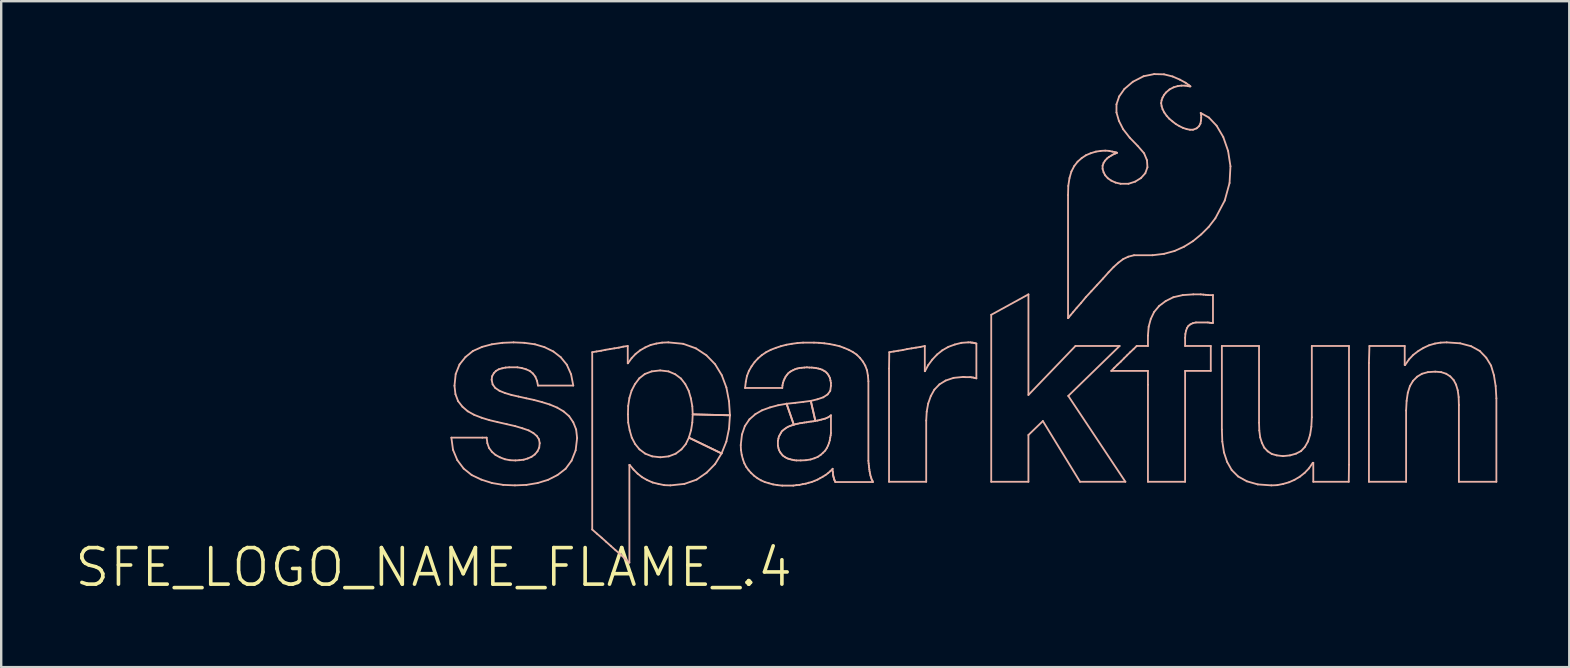
<source format=kicad_pcb>
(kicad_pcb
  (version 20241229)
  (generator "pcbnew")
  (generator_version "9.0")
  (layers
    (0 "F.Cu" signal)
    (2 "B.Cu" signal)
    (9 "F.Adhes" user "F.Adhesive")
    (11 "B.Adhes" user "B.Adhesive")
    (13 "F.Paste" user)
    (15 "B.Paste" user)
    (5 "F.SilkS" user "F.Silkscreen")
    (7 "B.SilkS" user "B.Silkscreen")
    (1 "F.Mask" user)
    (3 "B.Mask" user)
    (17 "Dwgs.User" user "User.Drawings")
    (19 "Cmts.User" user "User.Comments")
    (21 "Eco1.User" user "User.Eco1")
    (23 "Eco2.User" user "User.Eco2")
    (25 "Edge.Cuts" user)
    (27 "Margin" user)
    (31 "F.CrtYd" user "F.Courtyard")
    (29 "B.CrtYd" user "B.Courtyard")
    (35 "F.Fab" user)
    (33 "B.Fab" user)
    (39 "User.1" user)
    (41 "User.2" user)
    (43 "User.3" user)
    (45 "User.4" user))
  (footprint "SFE_LOGO_NAME_FLAME_.4"
    (layer "F.Cu")
    (at 15.022 20.597)
    (property "Reference" "SFE_LOGO_NAME_FLAME_.4" (at 0 0 0) (layer "F.SilkS") (effects (font (size 1.524 1.524) (thickness 0.15))))
    (attr exclude_from_pos_files exclude_from_bom)
    (fp_line (start 0.739 -5.408) (end 2.029 -5.408) (stroke (width 0.076) (type solid)) (layer "B.SilkS"))
    (fp_line (start 0.808 -4.9) (end 0.739 -5.408) (stroke (width 0.076) (type solid)) (layer "B.SilkS"))
    (fp_line (start 0.869 -7.569) (end 0.919 -8.059) (stroke (width 0.076) (type solid)) (layer "B.SilkS"))
    (fp_line (start 0.909 -7.219) (end 0.869 -7.569) (stroke (width 0.076) (type solid)) (layer "B.SilkS"))
    (fp_line (start 0.919 -8.059) (end 1.079 -8.458) (stroke (width 0.076) (type solid)) (layer "B.SilkS"))
    (fp_line (start 0.988 -4.468) (end 0.808 -4.9) (stroke (width 0.076) (type solid)) (layer "B.SilkS"))
    (fp_line (start 1.019 -6.929) (end 0.909 -7.219) (stroke (width 0.076) (type solid)) (layer "B.SilkS"))
    (fp_line (start 1.079 -8.458) (end 1.328 -8.768) (stroke (width 0.076) (type solid)) (layer "B.SilkS"))
    (fp_line (start 1.199 -6.698) (end 1.019 -6.929) (stroke (width 0.076) (type solid)) (layer "B.SilkS"))
    (fp_line (start 1.25 -4.12) (end 0.988 -4.468) (stroke (width 0.076) (type solid)) (layer "B.SilkS"))
    (fp_line (start 1.328 -8.768) (end 1.638 -9.02) (stroke (width 0.076) (type solid)) (layer "B.SilkS"))
    (fp_line (start 1.42 -6.507) (end 1.199 -6.698) (stroke (width 0.076) (type solid)) (layer "B.SilkS"))
    (fp_line (start 1.587 -3.848) (end 1.25 -4.12) (stroke (width 0.076) (type solid)) (layer "B.SilkS"))
    (fp_line (start 1.638 -9.02) (end 2.019 -9.19) (stroke (width 0.076) (type solid)) (layer "B.SilkS"))
    (fp_line (start 1.689 -6.358) (end 1.42 -6.507) (stroke (width 0.076) (type solid)) (layer "B.SilkS"))
    (fp_line (start 1.989 -3.658) (end 1.587 -3.848) (stroke (width 0.076) (type solid)) (layer "B.SilkS"))
    (fp_line (start 1.999 -6.238) (end 1.689 -6.358) (stroke (width 0.076) (type solid)) (layer "B.SilkS"))
    (fp_line (start 2.019 -9.19) (end 2.428 -9.299) (stroke (width 0.076) (type solid)) (layer "B.SilkS"))
    (fp_line (start 2.029 -5.408) (end 2.21 -5.408) (stroke (width 0.076) (type solid)) (layer "B.SilkS"))
    (fp_line (start 2.21 -5.408) (end 2.238 -5.179) (stroke (width 0.076) (type solid)) (layer "B.SilkS"))
    (fp_line (start 2.238 -5.179) (end 2.309 -4.978) (stroke (width 0.076) (type solid)) (layer "B.SilkS"))
    (fp_line (start 2.309 -4.978) (end 2.428 -4.818) (stroke (width 0.076) (type solid)) (layer "B.SilkS"))
    (fp_line (start 2.319 -6.139) (end 1.999 -6.238) (stroke (width 0.076) (type solid)) (layer "B.SilkS"))
    (fp_line (start 2.418 -7.818) (end 2.459 -7.628) (stroke (width 0.076) (type solid)) (layer "B.SilkS"))
    (fp_line (start 2.428 -9.299) (end 2.868 -9.36) (stroke (width 0.076) (type solid)) (layer "B.SilkS"))
    (fp_line (start 2.428 -4.818) (end 2.578 -4.689) (stroke (width 0.076) (type solid)) (layer "B.SilkS"))
    (fp_line (start 2.428 -3.518) (end 1.989 -3.658) (stroke (width 0.076) (type solid)) (layer "B.SilkS"))
    (fp_line (start 2.438 -7.968) (end 2.418 -7.818) (stroke (width 0.076) (type solid)) (layer "B.SilkS"))
    (fp_line (start 2.459 -7.628) (end 2.568 -7.478) (stroke (width 0.076) (type solid)) (layer "B.SilkS"))
    (fp_line (start 2.51 -8.098) (end 2.438 -7.968) (stroke (width 0.076) (type solid)) (layer "B.SilkS"))
    (fp_line (start 2.568 -7.478) (end 2.748 -7.358) (stroke (width 0.076) (type solid)) (layer "B.SilkS"))
    (fp_line (start 2.578 -4.689) (end 2.758 -4.59) (stroke (width 0.076) (type solid)) (layer "B.SilkS"))
    (fp_line (start 2.598 -8.189) (end 2.51 -8.098) (stroke (width 0.076) (type solid)) (layer "B.SilkS"))
    (fp_line (start 2.659 -6.058) (end 2.319 -6.139) (stroke (width 0.076) (type solid)) (layer "B.SilkS"))
    (fp_line (start 2.718 -8.258) (end 2.598 -8.189) (stroke (width 0.076) (type solid)) (layer "B.SilkS"))
    (fp_line (start 2.748 -7.358) (end 2.969 -7.269) (stroke (width 0.076) (type solid)) (layer "B.SilkS"))
    (fp_line (start 2.758 -4.59) (end 2.969 -4.508) (stroke (width 0.076) (type solid)) (layer "B.SilkS"))
    (fp_line (start 2.857 -8.298) (end 2.718 -8.258) (stroke (width 0.076) (type solid)) (layer "B.SilkS"))
    (fp_line (start 2.868 -9.36) (end 3.33 -9.378) (stroke (width 0.076) (type solid)) (layer "B.SilkS"))
    (fp_line (start 2.898 -3.439) (end 2.428 -3.518) (stroke (width 0.076) (type solid)) (layer "B.SilkS"))
    (fp_line (start 2.969 -7.269) (end 3.239 -7.188) (stroke (width 0.076) (type solid)) (layer "B.SilkS"))
    (fp_line (start 2.969 -4.508) (end 3.178 -4.468) (stroke (width 0.076) (type solid)) (layer "B.SilkS"))
    (fp_line (start 3 -8.329) (end 2.857 -8.298) (stroke (width 0.076) (type solid)) (layer "B.SilkS"))
    (fp_line (start 3.048 -5.969) (end 2.659 -6.058) (stroke (width 0.076) (type solid)) (layer "B.SilkS"))
    (fp_line (start 3.15 -8.339) (end 3 -8.329) (stroke (width 0.076) (type solid)) (layer "B.SilkS"))
    (fp_line (start 3.178 -4.468) (end 3.409 -4.458) (stroke (width 0.076) (type solid)) (layer "B.SilkS"))
    (fp_line (start 3.239 -7.188) (end 3.538 -7.12) (stroke (width 0.076) (type solid)) (layer "B.SilkS"))
    (fp_line (start 3.33 -9.378) (end 3.78 -9.36) (stroke (width 0.076) (type solid)) (layer "B.SilkS"))
    (fp_line (start 3.388 -3.419) (end 2.898 -3.439) (stroke (width 0.076) (type solid)) (layer "B.SilkS"))
    (fp_line (start 3.399 -5.888) (end 3.048 -5.969) (stroke (width 0.076) (type solid)) (layer "B.SilkS"))
    (fp_line (start 3.409 -4.458) (end 3.569 -4.468) (stroke (width 0.076) (type solid)) (layer "B.SilkS"))
    (fp_line (start 3.49 -8.339) (end 3.15 -8.339) (stroke (width 0.076) (type solid)) (layer "B.SilkS"))
    (fp_line (start 3.538 -7.12) (end 3.858 -7.048) (stroke (width 0.076) (type solid)) (layer "B.SilkS"))
    (fp_line (start 3.569 -4.468) (end 3.749 -4.488) (stroke (width 0.076) (type solid)) (layer "B.SilkS"))
    (fp_line (start 3.678 -8.308) (end 3.49 -8.339) (stroke (width 0.076) (type solid)) (layer "B.SilkS"))
    (fp_line (start 3.698 -5.799) (end 3.399 -5.888) (stroke (width 0.076) (type solid)) (layer "B.SilkS"))
    (fp_line (start 3.749 -4.488) (end 3.919 -4.539) (stroke (width 0.076) (type solid)) (layer "B.SilkS"))
    (fp_line (start 3.78 -9.36) (end 4.219 -9.299) (stroke (width 0.076) (type solid)) (layer "B.SilkS"))
    (fp_line (start 3.848 -8.258) (end 3.678 -8.308) (stroke (width 0.076) (type solid)) (layer "B.SilkS"))
    (fp_line (start 3.858 -7.048) (end 4.178 -6.98) (stroke (width 0.076) (type solid)) (layer "B.SilkS"))
    (fp_line (start 3.868 -3.439) (end 3.388 -3.419) (stroke (width 0.076) (type solid)) (layer "B.SilkS"))
    (fp_line (start 3.919 -4.539) (end 4.079 -4.608) (stroke (width 0.076) (type solid)) (layer "B.SilkS"))
    (fp_line (start 3.96 -5.71) (end 3.698 -5.799) (stroke (width 0.076) (type solid)) (layer "B.SilkS"))
    (fp_line (start 4.008 -8.189) (end 3.848 -8.258) (stroke (width 0.076) (type solid)) (layer "B.SilkS"))
    (fp_line (start 4.079 -4.608) (end 4.219 -4.709) (stroke (width 0.076) (type solid)) (layer "B.SilkS"))
    (fp_line (start 4.138 -8.08) (end 4.008 -8.189) (stroke (width 0.076) (type solid)) (layer "B.SilkS"))
    (fp_line (start 4.158 -5.598) (end 3.96 -5.71) (stroke (width 0.076) (type solid)) (layer "B.SilkS"))
    (fp_line (start 4.178 -6.98) (end 4.519 -6.888) (stroke (width 0.076) (type solid)) (layer "B.SilkS"))
    (fp_line (start 4.219 -9.299) (end 4.618 -9.18) (stroke (width 0.076) (type solid)) (layer "B.SilkS"))
    (fp_line (start 4.219 -4.709) (end 4.328 -4.839) (stroke (width 0.076) (type solid)) (layer "B.SilkS"))
    (fp_line (start 4.239 -7.948) (end 4.138 -8.08) (stroke (width 0.076) (type solid)) (layer "B.SilkS"))
    (fp_line (start 4.298 -5.479) (end 4.158 -5.598) (stroke (width 0.076) (type solid)) (layer "B.SilkS"))
    (fp_line (start 4.308 -7.777) (end 4.239 -7.948) (stroke (width 0.076) (type solid)) (layer "B.SilkS"))
    (fp_line (start 4.328 -4.839) (end 4.399 -4.989) (stroke (width 0.076) (type solid)) (layer "B.SilkS"))
    (fp_line (start 4.338 -3.518) (end 3.868 -3.439) (stroke (width 0.076) (type solid)) (layer "B.SilkS"))
    (fp_line (start 4.348 -7.579) (end 4.308 -7.777) (stroke (width 0.076) (type solid)) (layer "B.SilkS"))
    (fp_line (start 4.389 -5.339) (end 4.298 -5.479) (stroke (width 0.076) (type solid)) (layer "B.SilkS"))
    (fp_line (start 4.399 -4.989) (end 4.42 -5.179) (stroke (width 0.076) (type solid)) (layer "B.SilkS"))
    (fp_line (start 4.42 -5.179) (end 4.389 -5.339) (stroke (width 0.076) (type solid)) (layer "B.SilkS"))
    (fp_line (start 4.519 -6.888) (end 4.839 -6.789) (stroke (width 0.076) (type solid)) (layer "B.SilkS"))
    (fp_line (start 4.618 -9.18) (end 4.989 -8.999) (stroke (width 0.076) (type solid)) (layer "B.SilkS"))
    (fp_line (start 4.768 -3.65) (end 4.338 -3.518) (stroke (width 0.076) (type solid)) (layer "B.SilkS"))
    (fp_line (start 4.839 -6.789) (end 5.149 -6.66) (stroke (width 0.076) (type solid)) (layer "B.SilkS"))
    (fp_line (start 4.989 -8.999) (end 5.298 -8.758) (stroke (width 0.076) (type solid)) (layer "B.SilkS"))
    (fp_line (start 5.149 -6.66) (end 5.418 -6.5) (stroke (width 0.076) (type solid)) (layer "B.SilkS"))
    (fp_line (start 5.159 -3.848) (end 4.768 -3.65) (stroke (width 0.076) (type solid)) (layer "B.SilkS"))
    (fp_line (start 5.298 -8.758) (end 5.55 -8.448) (stroke (width 0.076) (type solid)) (layer "B.SilkS"))
    (fp_line (start 5.418 -6.5) (end 5.649 -6.299) (stroke (width 0.076) (type solid)) (layer "B.SilkS"))
    (fp_line (start 5.499 -4.11) (end 5.159 -3.848) (stroke (width 0.076) (type solid)) (layer "B.SilkS"))
    (fp_line (start 5.55 -8.448) (end 5.728 -8.049) (stroke (width 0.076) (type solid)) (layer "B.SilkS"))
    (fp_line (start 5.649 -6.299) (end 5.819 -6.048) (stroke (width 0.076) (type solid)) (layer "B.SilkS"))
    (fp_line (start 5.728 -8.049) (end 5.819 -7.579) (stroke (width 0.076) (type solid)) (layer "B.SilkS"))
    (fp_line (start 5.748 -4.448) (end 5.499 -4.11) (stroke (width 0.076) (type solid)) (layer "B.SilkS"))
    (fp_line (start 5.819 -7.579) (end 4.348 -7.579) (stroke (width 0.076) (type solid)) (layer "B.SilkS"))
    (fp_line (start 5.819 -6.048) (end 5.939 -5.748) (stroke (width 0.076) (type solid)) (layer "B.SilkS"))
    (fp_line (start 5.918 -4.879) (end 5.748 -4.448) (stroke (width 0.076) (type solid)) (layer "B.SilkS"))
    (fp_line (start 5.939 -5.748) (end 5.979 -5.39) (stroke (width 0.076) (type solid)) (layer "B.SilkS"))
    (fp_line (start 5.979 -5.39) (end 5.918 -4.879) (stroke (width 0.076) (type solid)) (layer "B.SilkS"))
    (fp_line (start 6.609 -8.969) (end 6.789 -8.999) (stroke (width 0.076) (type solid)) (layer "B.SilkS"))
    (fp_line (start 6.609 -1.58) (end 6.609 -8.969) (stroke (width 0.076) (type solid)) (layer "B.SilkS"))
    (fp_line (start 6.789 -8.999) (end 6.98 -9.03) (stroke (width 0.076) (type solid)) (layer "B.SilkS"))
    (fp_line (start 6.8 -1.41) (end 6.609 -1.58) (stroke (width 0.076) (type solid)) (layer "B.SilkS"))
    (fp_line (start 6.98 -9.03) (end 7.158 -9.068) (stroke (width 0.076) (type solid)) (layer "B.SilkS"))
    (fp_line (start 6.998 -1.24) (end 6.8 -1.41) (stroke (width 0.076) (type solid)) (layer "B.SilkS"))
    (fp_line (start 7.158 -9.068) (end 7.348 -9.098) (stroke (width 0.076) (type solid)) (layer "B.SilkS"))
    (fp_line (start 7.188 -1.069) (end 6.998 -1.24) (stroke (width 0.076) (type solid)) (layer "B.SilkS"))
    (fp_line (start 7.348 -9.098) (end 7.529 -9.129) (stroke (width 0.076) (type solid)) (layer "B.SilkS"))
    (fp_line (start 7.389 -0.889) (end 7.188 -1.069) (stroke (width 0.076) (type solid)) (layer "B.SilkS"))
    (fp_line (start 7.529 -9.129) (end 7.719 -9.159) (stroke (width 0.076) (type solid)) (layer "B.SilkS"))
    (fp_line (start 7.579 -0.719) (end 7.389 -0.889) (stroke (width 0.076) (type solid)) (layer "B.SilkS"))
    (fp_line (start 7.719 -9.159) (end 7.899 -9.2) (stroke (width 0.076) (type solid)) (layer "B.SilkS"))
    (fp_line (start 7.777 -0.549) (end 7.579 -0.719) (stroke (width 0.076) (type solid)) (layer "B.SilkS"))
    (fp_line (start 7.899 -9.2) (end 8.09 -9.228) (stroke (width 0.076) (type solid)) (layer "B.SilkS"))
    (fp_line (start 7.968 -0.368) (end 7.777 -0.549) (stroke (width 0.076) (type solid)) (layer "B.SilkS"))
    (fp_line (start 8.09 -9.228) (end 8.09 -8.509) (stroke (width 0.076) (type solid)) (layer "B.SilkS"))
    (fp_line (start 8.09 -8.509) (end 8.098 -8.509) (stroke (width 0.076) (type solid)) (layer "B.SilkS"))
    (fp_line (start 8.098 -8.509) (end 8.25 -8.72) (stroke (width 0.076) (type solid)) (layer "B.SilkS"))
    (fp_line (start 8.098 -6.378) (end 8.108 -6.038) (stroke (width 0.076) (type solid)) (layer "B.SilkS"))
    (fp_line (start 8.108 -6.728) (end 8.098 -6.378) (stroke (width 0.076) (type solid)) (layer "B.SilkS"))
    (fp_line (start 8.108 -6.038) (end 8.169 -5.718) (stroke (width 0.076) (type solid)) (layer "B.SilkS"))
    (fp_line (start 8.158 -7.059) (end 8.108 -6.728) (stroke (width 0.076) (type solid)) (layer "B.SilkS"))
    (fp_line (start 8.158 -4.27) (end 8.158 -0.198) (stroke (width 0.076) (type solid)) (layer "B.SilkS"))
    (fp_line (start 8.158 -0.198) (end 7.968 -0.368) (stroke (width 0.076) (type solid)) (layer "B.SilkS"))
    (fp_line (start 8.169 -5.718) (end 8.258 -5.408) (stroke (width 0.076) (type solid)) (layer "B.SilkS"))
    (fp_line (start 8.169 -4.27) (end 8.158 -4.27) (stroke (width 0.076) (type solid)) (layer "B.SilkS"))
    (fp_line (start 8.25 -8.72) (end 8.418 -8.898) (stroke (width 0.076) (type solid)) (layer "B.SilkS"))
    (fp_line (start 8.25 -7.369) (end 8.158 -7.059) (stroke (width 0.076) (type solid)) (layer "B.SilkS"))
    (fp_line (start 8.258 -5.408) (end 8.4 -5.138) (stroke (width 0.076) (type solid)) (layer "B.SilkS"))
    (fp_line (start 8.329 -4.079) (end 8.169 -4.27) (stroke (width 0.076) (type solid)) (layer "B.SilkS"))
    (fp_line (start 8.39 -7.638) (end 8.25 -7.369) (stroke (width 0.076) (type solid)) (layer "B.SilkS"))
    (fp_line (start 8.4 -5.138) (end 8.578 -4.92) (stroke (width 0.076) (type solid)) (layer "B.SilkS"))
    (fp_line (start 8.418 -8.898) (end 8.608 -9.047) (stroke (width 0.076) (type solid)) (layer "B.SilkS"))
    (fp_line (start 8.499 -3.909) (end 8.329 -4.079) (stroke (width 0.076) (type solid)) (layer "B.SilkS"))
    (fp_line (start 8.57 -7.879) (end 8.39 -7.638) (stroke (width 0.076) (type solid)) (layer "B.SilkS"))
    (fp_line (start 8.578 -4.92) (end 8.819 -4.74) (stroke (width 0.076) (type solid)) (layer "B.SilkS"))
    (fp_line (start 8.608 -9.047) (end 8.819 -9.169) (stroke (width 0.076) (type solid)) (layer "B.SilkS"))
    (fp_line (start 8.689 -3.759) (end 8.499 -3.909) (stroke (width 0.076) (type solid)) (layer "B.SilkS"))
    (fp_line (start 8.799 -8.059) (end 8.57 -7.879) (stroke (width 0.076) (type solid)) (layer "B.SilkS"))
    (fp_line (start 8.819 -9.169) (end 9.04 -9.268) (stroke (width 0.076) (type solid)) (layer "B.SilkS"))
    (fp_line (start 8.819 -4.74) (end 9.108 -4.628) (stroke (width 0.076) (type solid)) (layer "B.SilkS"))
    (fp_line (start 8.898 -3.64) (end 8.689 -3.759) (stroke (width 0.076) (type solid)) (layer "B.SilkS"))
    (fp_line (start 9.04 -9.268) (end 9.279 -9.329) (stroke (width 0.076) (type solid)) (layer "B.SilkS"))
    (fp_line (start 9.088 -8.169) (end 8.799 -8.059) (stroke (width 0.076) (type solid)) (layer "B.SilkS"))
    (fp_line (start 9.108 -4.628) (end 9.449 -4.59) (stroke (width 0.076) (type solid)) (layer "B.SilkS"))
    (fp_line (start 9.129 -3.538) (end 8.898 -3.64) (stroke (width 0.076) (type solid)) (layer "B.SilkS"))
    (fp_line (start 9.279 -9.329) (end 9.52 -9.368) (stroke (width 0.076) (type solid)) (layer "B.SilkS"))
    (fp_line (start 9.368 -3.48) (end 9.129 -3.538) (stroke (width 0.076) (type solid)) (layer "B.SilkS"))
    (fp_line (start 9.439 -8.209) (end 9.088 -8.169) (stroke (width 0.076) (type solid)) (layer "B.SilkS"))
    (fp_line (start 9.449 -4.59) (end 9.799 -4.628) (stroke (width 0.076) (type solid)) (layer "B.SilkS"))
    (fp_line (start 9.52 -9.368) (end 9.779 -9.378) (stroke (width 0.076) (type solid)) (layer "B.SilkS"))
    (fp_line (start 9.609 -3.429) (end 9.368 -3.48) (stroke (width 0.076) (type solid)) (layer "B.SilkS"))
    (fp_line (start 9.779 -9.378) (end 10.399 -9.319) (stroke (width 0.076) (type solid)) (layer "B.SilkS"))
    (fp_line (start 9.789 -8.169) (end 9.439 -8.209) (stroke (width 0.076) (type solid)) (layer "B.SilkS"))
    (fp_line (start 9.799 -4.628) (end 10.089 -4.74) (stroke (width 0.076) (type solid)) (layer "B.SilkS"))
    (fp_line (start 9.868 -3.419) (end 9.609 -3.429) (stroke (width 0.076) (type solid)) (layer "B.SilkS"))
    (fp_line (start 10.069 -8.049) (end 9.789 -8.169) (stroke (width 0.076) (type solid)) (layer "B.SilkS"))
    (fp_line (start 10.089 -4.74) (end 10.328 -4.92) (stroke (width 0.076) (type solid)) (layer "B.SilkS"))
    (fp_line (start 10.31 -7.869) (end 10.069 -8.049) (stroke (width 0.076) (type solid)) (layer "B.SilkS"))
    (fp_line (start 10.328 -4.92) (end 10.508 -5.138) (stroke (width 0.076) (type solid)) (layer "B.SilkS"))
    (fp_line (start 10.399 -9.319) (end 10.93 -9.129) (stroke (width 0.076) (type solid)) (layer "B.SilkS"))
    (fp_line (start 10.45 -3.48) (end 9.868 -3.419) (stroke (width 0.076) (type solid)) (layer "B.SilkS"))
    (fp_line (start 10.488 -7.638) (end 10.31 -7.869) (stroke (width 0.076) (type solid)) (layer "B.SilkS"))
    (fp_line (start 10.508 -5.138) (end 10.638 -5.408) (stroke (width 0.076) (type solid)) (layer "B.SilkS"))
    (fp_line (start 10.63 -7.358) (end 10.488 -7.638) (stroke (width 0.076) (type solid)) (layer "B.SilkS"))
    (fp_line (start 10.638 -5.408) (end 10.729 -5.718) (stroke (width 0.076) (type solid)) (layer "B.SilkS"))
    (fp_line (start 10.638 -5.408) (end 11.999 -4.75) (stroke (width 0.076) (type solid)) (layer "B.SilkS"))
    (fp_line (start 10.719 -7.048) (end 10.63 -7.358) (stroke (width 0.076) (type solid)) (layer "B.SilkS"))
    (fp_line (start 10.729 -5.718) (end 10.78 -6.038) (stroke (width 0.076) (type solid)) (layer "B.SilkS"))
    (fp_line (start 10.78 -6.718) (end 10.719 -7.048) (stroke (width 0.076) (type solid)) (layer "B.SilkS"))
    (fp_line (start 10.78 -6.038) (end 10.798 -6.378) (stroke (width 0.076) (type solid)) (layer "B.SilkS"))
    (fp_line (start 10.798 -6.378) (end 10.78 -6.718) (stroke (width 0.076) (type solid)) (layer "B.SilkS"))
    (fp_line (start 10.798 -6.378) (end 12.349 -6.34) (stroke (width 0.076) (type solid)) (layer "B.SilkS"))
    (fp_line (start 10.93 -9.129) (end 11.369 -8.839) (stroke (width 0.076) (type solid)) (layer "B.SilkS"))
    (fp_line (start 10.958 -3.658) (end 10.45 -3.48) (stroke (width 0.076) (type solid)) (layer "B.SilkS"))
    (fp_line (start 11.369 -8.839) (end 11.73 -8.468) (stroke (width 0.076) (type solid)) (layer "B.SilkS"))
    (fp_line (start 11.379 -3.95) (end 10.958 -3.658) (stroke (width 0.076) (type solid)) (layer "B.SilkS"))
    (fp_line (start 11.73 -8.468) (end 12.009 -8.009) (stroke (width 0.076) (type solid)) (layer "B.SilkS"))
    (fp_line (start 11.73 -4.308) (end 11.379 -3.95) (stroke (width 0.076) (type solid)) (layer "B.SilkS"))
    (fp_line (start 11.999 -4.75) (end 10.638 -5.408) (stroke (width 0.076) (type solid)) (layer "B.SilkS"))
    (fp_line (start 11.999 -4.75) (end 11.73 -4.308) (stroke (width 0.076) (type solid)) (layer "B.SilkS"))
    (fp_line (start 12.009 -8.009) (end 12.2 -7.498) (stroke (width 0.076) (type solid)) (layer "B.SilkS"))
    (fp_line (start 12.2 -7.498) (end 12.309 -6.929) (stroke (width 0.076) (type solid)) (layer "B.SilkS"))
    (fp_line (start 12.2 -5.248) (end 11.999 -4.75) (stroke (width 0.076) (type solid)) (layer "B.SilkS"))
    (fp_line (start 12.309 -6.929) (end 12.349 -6.34) (stroke (width 0.076) (type solid)) (layer "B.SilkS"))
    (fp_line (start 12.309 -5.779) (end 12.2 -5.248) (stroke (width 0.076) (type solid)) (layer "B.SilkS"))
    (fp_line (start 12.349 -6.34) (end 10.798 -6.378) (stroke (width 0.076) (type solid)) (layer "B.SilkS"))
    (fp_line (start 12.349 -6.34) (end 12.309 -5.779) (stroke (width 0.076) (type solid)) (layer "B.SilkS"))
    (fp_line (start 12.799 -5.098) (end 12.85 -5.54) (stroke (width 0.076) (type solid)) (layer "B.SilkS"))
    (fp_line (start 12.809 -4.889) (end 12.799 -5.098) (stroke (width 0.076) (type solid)) (layer "B.SilkS"))
    (fp_line (start 12.84 -4.689) (end 12.809 -4.889) (stroke (width 0.076) (type solid)) (layer "B.SilkS"))
    (fp_line (start 12.85 -5.54) (end 12.969 -5.888) (stroke (width 0.076) (type solid)) (layer "B.SilkS"))
    (fp_line (start 12.888 -4.508) (end 12.84 -4.689) (stroke (width 0.076) (type solid)) (layer "B.SilkS"))
    (fp_line (start 12.949 -4.338) (end 12.888 -4.508) (stroke (width 0.076) (type solid)) (layer "B.SilkS"))
    (fp_line (start 12.969 -5.888) (end 13.16 -6.17) (stroke (width 0.076) (type solid)) (layer "B.SilkS"))
    (fp_line (start 12.979 -7.478) (end 13.01 -7.739) (stroke (width 0.076) (type solid)) (layer "B.SilkS"))
    (fp_line (start 13.01 -7.739) (end 13.058 -7.978) (stroke (width 0.076) (type solid)) (layer "B.SilkS"))
    (fp_line (start 13.028 -4.188) (end 12.949 -4.338) (stroke (width 0.076) (type solid)) (layer "B.SilkS"))
    (fp_line (start 13.058 -7.978) (end 13.139 -8.189) (stroke (width 0.076) (type solid)) (layer "B.SilkS"))
    (fp_line (start 13.129 -4.049) (end 13.028 -4.188) (stroke (width 0.076) (type solid)) (layer "B.SilkS"))
    (fp_line (start 13.139 -8.189) (end 13.249 -8.379) (stroke (width 0.076) (type solid)) (layer "B.SilkS"))
    (fp_line (start 13.16 -6.17) (end 13.409 -6.388) (stroke (width 0.076) (type solid)) (layer "B.SilkS"))
    (fp_line (start 13.238 -3.929) (end 13.129 -4.049) (stroke (width 0.076) (type solid)) (layer "B.SilkS"))
    (fp_line (start 13.249 -8.379) (end 13.378 -8.56) (stroke (width 0.076) (type solid)) (layer "B.SilkS"))
    (fp_line (start 13.358 -3.818) (end 13.238 -3.929) (stroke (width 0.076) (type solid)) (layer "B.SilkS"))
    (fp_line (start 13.378 -8.56) (end 13.518 -8.71) (stroke (width 0.076) (type solid)) (layer "B.SilkS"))
    (fp_line (start 13.409 -6.388) (end 13.688 -6.548) (stroke (width 0.076) (type solid)) (layer "B.SilkS"))
    (fp_line (start 13.49 -3.719) (end 13.358 -3.818) (stroke (width 0.076) (type solid)) (layer "B.SilkS"))
    (fp_line (start 13.518 -8.71) (end 13.678 -8.849) (stroke (width 0.076) (type solid)) (layer "B.SilkS"))
    (fp_line (start 13.64 -3.63) (end 13.49 -3.719) (stroke (width 0.076) (type solid)) (layer "B.SilkS"))
    (fp_line (start 13.678 -8.849) (end 13.858 -8.969) (stroke (width 0.076) (type solid)) (layer "B.SilkS"))
    (fp_line (start 13.688 -6.548) (end 14.018 -6.668) (stroke (width 0.076) (type solid)) (layer "B.SilkS"))
    (fp_line (start 13.8 -3.559) (end 13.64 -3.63) (stroke (width 0.076) (type solid)) (layer "B.SilkS"))
    (fp_line (start 13.858 -8.969) (end 14.049 -9.068) (stroke (width 0.076) (type solid)) (layer "B.SilkS"))
    (fp_line (start 13.97 -3.508) (end 13.8 -3.559) (stroke (width 0.076) (type solid)) (layer "B.SilkS"))
    (fp_line (start 14.018 -6.668) (end 14.359 -6.759) (stroke (width 0.076) (type solid)) (layer "B.SilkS"))
    (fp_line (start 14.049 -9.068) (end 14.26 -9.149) (stroke (width 0.076) (type solid)) (layer "B.SilkS"))
    (fp_line (start 14.148 -3.459) (end 13.97 -3.508) (stroke (width 0.076) (type solid)) (layer "B.SilkS"))
    (fp_line (start 14.26 -9.149) (end 14.468 -9.218) (stroke (width 0.076) (type solid)) (layer "B.SilkS"))
    (fp_line (start 14.328 -3.429) (end 14.148 -3.459) (stroke (width 0.076) (type solid)) (layer "B.SilkS"))
    (fp_line (start 14.348 -5.278) (end 14.348 -5.07) (stroke (width 0.076) (type solid)) (layer "B.SilkS"))
    (fp_line (start 14.348 -5.07) (end 14.369 -4.978) (stroke (width 0.076) (type solid)) (layer "B.SilkS"))
    (fp_line (start 14.359 -6.759) (end 14.709 -6.82) (stroke (width 0.076) (type solid)) (layer "B.SilkS"))
    (fp_line (start 14.369 -5.37) (end 14.348 -5.278) (stroke (width 0.076) (type solid)) (layer "B.SilkS"))
    (fp_line (start 14.369 -4.978) (end 14.389 -4.9) (stroke (width 0.076) (type solid)) (layer "B.SilkS"))
    (fp_line (start 14.389 -5.458) (end 14.369 -5.37) (stroke (width 0.076) (type solid)) (layer "B.SilkS"))
    (fp_line (start 14.389 -4.9) (end 14.43 -4.818) (stroke (width 0.076) (type solid)) (layer "B.SilkS"))
    (fp_line (start 14.43 -5.53) (end 14.389 -5.458) (stroke (width 0.076) (type solid)) (layer "B.SilkS"))
    (fp_line (start 14.43 -4.818) (end 14.468 -4.76) (stroke (width 0.076) (type solid)) (layer "B.SilkS"))
    (fp_line (start 14.468 -9.218) (end 14.699 -9.279) (stroke (width 0.076) (type solid)) (layer "B.SilkS"))
    (fp_line (start 14.468 -5.598) (end 14.43 -5.53) (stroke (width 0.076) (type solid)) (layer "B.SilkS"))
    (fp_line (start 14.468 -4.76) (end 14.519 -4.699) (stroke (width 0.076) (type solid)) (layer "B.SilkS"))
    (fp_line (start 14.508 -5.669) (end 14.468 -5.598) (stroke (width 0.076) (type solid)) (layer "B.SilkS"))
    (fp_line (start 14.519 -4.699) (end 14.569 -4.648) (stroke (width 0.076) (type solid)) (layer "B.SilkS"))
    (fp_line (start 14.529 -7.478) (end 12.979 -7.478) (stroke (width 0.076) (type solid)) (layer "B.SilkS"))
    (fp_line (start 14.529 -3.409) (end 14.328 -3.429) (stroke (width 0.076) (type solid)) (layer "B.SilkS"))
    (fp_line (start 14.539 -7.59) (end 14.529 -7.478) (stroke (width 0.076) (type solid)) (layer "B.SilkS"))
    (fp_line (start 14.559 -7.689) (end 14.539 -7.59) (stroke (width 0.076) (type solid)) (layer "B.SilkS"))
    (fp_line (start 14.569 -5.718) (end 14.508 -5.669) (stroke (width 0.076) (type solid)) (layer "B.SilkS"))
    (fp_line (start 14.569 -4.648) (end 14.638 -4.6) (stroke (width 0.076) (type solid)) (layer "B.SilkS"))
    (fp_line (start 14.59 -7.788) (end 14.559 -7.689) (stroke (width 0.076) (type solid)) (layer "B.SilkS"))
    (fp_line (start 14.628 -7.869) (end 14.59 -7.788) (stroke (width 0.076) (type solid)) (layer "B.SilkS"))
    (fp_line (start 14.628 -5.768) (end 14.569 -5.718) (stroke (width 0.076) (type solid)) (layer "B.SilkS"))
    (fp_line (start 14.638 -4.6) (end 14.709 -4.559) (stroke (width 0.076) (type solid)) (layer "B.SilkS"))
    (fp_line (start 14.668 -7.948) (end 14.628 -7.869) (stroke (width 0.076) (type solid)) (layer "B.SilkS"))
    (fp_line (start 14.699 -9.279) (end 14.928 -9.319) (stroke (width 0.076) (type solid)) (layer "B.SilkS"))
    (fp_line (start 14.699 -5.819) (end 14.628 -5.768) (stroke (width 0.076) (type solid)) (layer "B.SilkS"))
    (fp_line (start 14.709 -6.82) (end 15.009 -5.949) (stroke (width 0.076) (type solid)) (layer "B.SilkS"))
    (fp_line (start 14.709 -6.82) (end 15.07 -6.858) (stroke (width 0.076) (type solid)) (layer "B.SilkS"))
    (fp_line (start 14.709 -4.559) (end 14.778 -4.529) (stroke (width 0.076) (type solid)) (layer "B.SilkS"))
    (fp_line (start 14.719 -8.019) (end 14.668 -7.948) (stroke (width 0.076) (type solid)) (layer "B.SilkS"))
    (fp_line (start 14.768 -8.08) (end 14.719 -8.019) (stroke (width 0.076) (type solid)) (layer "B.SilkS"))
    (fp_line (start 14.768 -5.86) (end 14.699 -5.819) (stroke (width 0.076) (type solid)) (layer "B.SilkS"))
    (fp_line (start 14.778 -4.529) (end 14.859 -4.508) (stroke (width 0.076) (type solid)) (layer "B.SilkS"))
    (fp_line (start 14.839 -8.138) (end 14.768 -8.08) (stroke (width 0.076) (type solid)) (layer "B.SilkS"))
    (fp_line (start 14.839 -5.888) (end 14.768 -5.86) (stroke (width 0.076) (type solid)) (layer "B.SilkS"))
    (fp_line (start 14.859 -4.508) (end 14.938 -4.488) (stroke (width 0.076) (type solid)) (layer "B.SilkS"))
    (fp_line (start 14.9 -8.179) (end 14.839 -8.138) (stroke (width 0.076) (type solid)) (layer "B.SilkS"))
    (fp_line (start 14.92 -5.918) (end 14.839 -5.888) (stroke (width 0.076) (type solid)) (layer "B.SilkS"))
    (fp_line (start 14.928 -9.319) (end 15.159 -9.35) (stroke (width 0.076) (type solid)) (layer "B.SilkS"))
    (fp_line (start 14.938 -4.488) (end 15.029 -4.468) (stroke (width 0.076) (type solid)) (layer "B.SilkS"))
    (fp_line (start 14.978 -8.219) (end 14.9 -8.179) (stroke (width 0.076) (type solid)) (layer "B.SilkS"))
    (fp_line (start 14.989 -3.409) (end 14.529 -3.409) (stroke (width 0.076) (type solid)) (layer "B.SilkS"))
    (fp_line (start 15.009 -5.949) (end 14.709 -6.82) (stroke (width 0.076) (type solid)) (layer "B.SilkS"))
    (fp_line (start 15.009 -5.949) (end 14.92 -5.918) (stroke (width 0.076) (type solid)) (layer "B.SilkS"))
    (fp_line (start 15.029 -4.468) (end 15.118 -4.458) (stroke (width 0.076) (type solid)) (layer "B.SilkS"))
    (fp_line (start 15.06 -8.258) (end 14.978 -8.219) (stroke (width 0.076) (type solid)) (layer "B.SilkS"))
    (fp_line (start 15.07 -6.858) (end 15.408 -6.899) (stroke (width 0.076) (type solid)) (layer "B.SilkS"))
    (fp_line (start 15.088 -5.969) (end 15.009 -5.949) (stroke (width 0.076) (type solid)) (layer "B.SilkS"))
    (fp_line (start 15.118 -4.458) (end 15.298 -4.458) (stroke (width 0.076) (type solid)) (layer "B.SilkS"))
    (fp_line (start 15.118 -3.429) (end 14.989 -3.409) (stroke (width 0.076) (type solid)) (layer "B.SilkS"))
    (fp_line (start 15.149 -8.288) (end 15.06 -8.258) (stroke (width 0.076) (type solid)) (layer "B.SilkS"))
    (fp_line (start 15.159 -9.35) (end 15.397 -9.368) (stroke (width 0.076) (type solid)) (layer "B.SilkS"))
    (fp_line (start 15.179 -5.989) (end 15.088 -5.969) (stroke (width 0.076) (type solid)) (layer "B.SilkS"))
    (fp_line (start 15.24 -8.308) (end 15.149 -8.288) (stroke (width 0.076) (type solid)) (layer "B.SilkS"))
    (fp_line (start 15.248 -3.439) (end 15.118 -3.429) (stroke (width 0.076) (type solid)) (layer "B.SilkS"))
    (fp_line (start 15.268 -6.01) (end 15.179 -5.989) (stroke (width 0.076) (type solid)) (layer "B.SilkS"))
    (fp_line (start 15.298 -4.458) (end 15.519 -4.468) (stroke (width 0.076) (type solid)) (layer "B.SilkS"))
    (fp_line (start 15.339 -8.319) (end 15.24 -8.308) (stroke (width 0.076) (type solid)) (layer "B.SilkS"))
    (fp_line (start 15.359 -6.02) (end 15.268 -6.01) (stroke (width 0.076) (type solid)) (layer "B.SilkS"))
    (fp_line (start 15.38 -3.47) (end 15.248 -3.439) (stroke (width 0.076) (type solid)) (layer "B.SilkS"))
    (fp_line (start 15.397 -9.368) (end 15.85 -9.368) (stroke (width 0.076) (type solid)) (layer "B.SilkS"))
    (fp_line (start 15.408 -6.899) (end 15.718 -6.939) (stroke (width 0.076) (type solid)) (layer "B.SilkS"))
    (fp_line (start 15.448 -8.329) (end 15.339 -8.319) (stroke (width 0.076) (type solid)) (layer "B.SilkS"))
    (fp_line (start 15.448 -6.038) (end 15.359 -6.02) (stroke (width 0.076) (type solid)) (layer "B.SilkS"))
    (fp_line (start 15.509 -3.49) (end 15.38 -3.47) (stroke (width 0.076) (type solid)) (layer "B.SilkS"))
    (fp_line (start 15.519 -4.468) (end 15.71 -4.498) (stroke (width 0.076) (type solid)) (layer "B.SilkS"))
    (fp_line (start 15.54 -6.048) (end 15.448 -6.038) (stroke (width 0.076) (type solid)) (layer "B.SilkS"))
    (fp_line (start 15.557 -8.339) (end 15.448 -8.329) (stroke (width 0.076) (type solid)) (layer "B.SilkS"))
    (fp_line (start 15.629 -3.528) (end 15.509 -3.49) (stroke (width 0.076) (type solid)) (layer "B.SilkS"))
    (fp_line (start 15.639 -6.068) (end 15.54 -6.048) (stroke (width 0.076) (type solid)) (layer "B.SilkS"))
    (fp_line (start 15.659 -8.329) (end 15.557 -8.339) (stroke (width 0.076) (type solid)) (layer "B.SilkS"))
    (fp_line (start 15.71 -4.498) (end 15.87 -4.549) (stroke (width 0.076) (type solid)) (layer "B.SilkS"))
    (fp_line (start 15.718 -6.939) (end 15.908 -6.109) (stroke (width 0.076) (type solid)) (layer "B.SilkS"))
    (fp_line (start 15.718 -6.939) (end 15.999 -7.008) (stroke (width 0.076) (type solid)) (layer "B.SilkS"))
    (fp_line (start 15.728 -6.078) (end 15.639 -6.068) (stroke (width 0.076) (type solid)) (layer "B.SilkS"))
    (fp_line (start 15.758 -8.329) (end 15.659 -8.329) (stroke (width 0.076) (type solid)) (layer "B.SilkS"))
    (fp_line (start 15.758 -3.559) (end 15.629 -3.528) (stroke (width 0.076) (type solid)) (layer "B.SilkS"))
    (fp_line (start 15.819 -6.088) (end 15.728 -6.078) (stroke (width 0.076) (type solid)) (layer "B.SilkS"))
    (fp_line (start 15.85 -9.368) (end 16.058 -9.36) (stroke (width 0.076) (type solid)) (layer "B.SilkS"))
    (fp_line (start 15.85 -8.319) (end 15.758 -8.329) (stroke (width 0.076) (type solid)) (layer "B.SilkS"))
    (fp_line (start 15.87 -4.549) (end 16.01 -4.608) (stroke (width 0.076) (type solid)) (layer "B.SilkS"))
    (fp_line (start 15.878 -3.609) (end 15.758 -3.559) (stroke (width 0.076) (type solid)) (layer "B.SilkS"))
    (fp_line (start 15.908 -6.109) (end 15.718 -6.939) (stroke (width 0.076) (type solid)) (layer "B.SilkS"))
    (fp_line (start 15.908 -6.109) (end 15.819 -6.088) (stroke (width 0.076) (type solid)) (layer "B.SilkS"))
    (fp_line (start 15.938 -8.308) (end 15.85 -8.319) (stroke (width 0.076) (type solid)) (layer "B.SilkS"))
    (fp_line (start 15.999 -7.008) (end 16.238 -7.089) (stroke (width 0.076) (type solid)) (layer "B.SilkS"))
    (fp_line (start 15.999 -6.119) (end 15.908 -6.109) (stroke (width 0.076) (type solid)) (layer "B.SilkS"))
    (fp_line (start 15.999 -3.658) (end 15.878 -3.609) (stroke (width 0.076) (type solid)) (layer "B.SilkS"))
    (fp_line (start 16.01 -4.608) (end 16.129 -4.689) (stroke (width 0.076) (type solid)) (layer "B.SilkS"))
    (fp_line (start 16.03 -8.288) (end 15.938 -8.308) (stroke (width 0.076) (type solid)) (layer "B.SilkS"))
    (fp_line (start 16.058 -9.36) (end 16.279 -9.34) (stroke (width 0.076) (type solid)) (layer "B.SilkS"))
    (fp_line (start 16.078 -6.139) (end 15.999 -6.119) (stroke (width 0.076) (type solid)) (layer "B.SilkS"))
    (fp_line (start 16.109 -8.268) (end 16.03 -8.288) (stroke (width 0.076) (type solid)) (layer "B.SilkS"))
    (fp_line (start 16.109 -3.719) (end 15.999 -3.658) (stroke (width 0.076) (type solid)) (layer "B.SilkS"))
    (fp_line (start 16.129 -4.689) (end 16.228 -4.778) (stroke (width 0.076) (type solid)) (layer "B.SilkS"))
    (fp_line (start 16.159 -6.16) (end 16.078 -6.139) (stroke (width 0.076) (type solid)) (layer "B.SilkS"))
    (fp_line (start 16.19 -8.24) (end 16.109 -8.268) (stroke (width 0.076) (type solid)) (layer "B.SilkS"))
    (fp_line (start 16.218 -3.78) (end 16.109 -3.719) (stroke (width 0.076) (type solid)) (layer "B.SilkS"))
    (fp_line (start 16.228 -4.778) (end 16.32 -4.869) (stroke (width 0.076) (type solid)) (layer "B.SilkS"))
    (fp_line (start 16.238 -7.089) (end 16.419 -7.209) (stroke (width 0.076) (type solid)) (layer "B.SilkS"))
    (fp_line (start 16.238 -6.18) (end 16.159 -6.16) (stroke (width 0.076) (type solid)) (layer "B.SilkS"))
    (fp_line (start 16.259 -8.199) (end 16.19 -8.24) (stroke (width 0.076) (type solid)) (layer "B.SilkS"))
    (fp_line (start 16.279 -9.34) (end 16.5 -9.309) (stroke (width 0.076) (type solid)) (layer "B.SilkS"))
    (fp_line (start 16.309 -6.198) (end 16.238 -6.18) (stroke (width 0.076) (type solid)) (layer "B.SilkS"))
    (fp_line (start 16.32 -4.869) (end 16.388 -4.978) (stroke (width 0.076) (type solid)) (layer "B.SilkS"))
    (fp_line (start 16.33 -8.158) (end 16.259 -8.199) (stroke (width 0.076) (type solid)) (layer "B.SilkS"))
    (fp_line (start 16.33 -3.848) (end 16.218 -3.78) (stroke (width 0.076) (type solid)) (layer "B.SilkS"))
    (fp_line (start 16.378 -6.228) (end 16.309 -6.198) (stroke (width 0.076) (type solid)) (layer "B.SilkS"))
    (fp_line (start 16.388 -8.098) (end 16.33 -8.158) (stroke (width 0.076) (type solid)) (layer "B.SilkS"))
    (fp_line (start 16.388 -4.978) (end 16.439 -5.08) (stroke (width 0.076) (type solid)) (layer "B.SilkS"))
    (fp_line (start 16.419 -7.209) (end 16.528 -7.358) (stroke (width 0.076) (type solid)) (layer "B.SilkS"))
    (fp_line (start 16.439 -8.039) (end 16.388 -8.098) (stroke (width 0.076) (type solid)) (layer "B.SilkS"))
    (fp_line (start 16.439 -5.08) (end 16.48 -5.189) (stroke (width 0.076) (type solid)) (layer "B.SilkS"))
    (fp_line (start 16.439 -3.929) (end 16.33 -3.848) (stroke (width 0.076) (type solid)) (layer "B.SilkS"))
    (fp_line (start 16.449 -6.259) (end 16.378 -6.228) (stroke (width 0.076) (type solid)) (layer "B.SilkS"))
    (fp_line (start 16.48 -7.968) (end 16.439 -8.039) (stroke (width 0.076) (type solid)) (layer "B.SilkS"))
    (fp_line (start 16.48 -5.189) (end 16.51 -5.298) (stroke (width 0.076) (type solid)) (layer "B.SilkS"))
    (fp_line (start 16.5 -9.309) (end 16.708 -9.268) (stroke (width 0.076) (type solid)) (layer "B.SilkS"))
    (fp_line (start 16.51 -6.299) (end 16.449 -6.259) (stroke (width 0.076) (type solid)) (layer "B.SilkS"))
    (fp_line (start 16.51 -5.298) (end 16.528 -5.408) (stroke (width 0.076) (type solid)) (layer "B.SilkS"))
    (fp_line (start 16.518 -7.889) (end 16.48 -7.968) (stroke (width 0.076) (type solid)) (layer "B.SilkS"))
    (fp_line (start 16.528 -7.358) (end 16.558 -7.569) (stroke (width 0.076) (type solid)) (layer "B.SilkS"))
    (fp_line (start 16.528 -5.408) (end 16.548 -5.509) (stroke (width 0.076) (type solid)) (layer "B.SilkS"))
    (fp_line (start 16.528 -4.008) (end 16.439 -3.929) (stroke (width 0.076) (type solid)) (layer "B.SilkS"))
    (fp_line (start 16.538 -7.788) (end 16.518 -7.889) (stroke (width 0.076) (type solid)) (layer "B.SilkS"))
    (fp_line (start 16.548 -5.509) (end 16.558 -5.598) (stroke (width 0.076) (type solid)) (layer "B.SilkS"))
    (fp_line (start 16.558 -7.689) (end 16.538 -7.788) (stroke (width 0.076) (type solid)) (layer "B.SilkS"))
    (fp_line (start 16.558 -7.569) (end 16.558 -7.689) (stroke (width 0.076) (type solid)) (layer "B.SilkS"))
    (fp_line (start 16.558 -6.34) (end 16.51 -6.299) (stroke (width 0.076) (type solid)) (layer "B.SilkS"))
    (fp_line (start 16.558 -5.598) (end 16.558 -6.34) (stroke (width 0.076) (type solid)) (layer "B.SilkS"))
    (fp_line (start 16.629 -4.11) (end 16.528 -4.008) (stroke (width 0.076) (type solid)) (layer "B.SilkS"))
    (fp_line (start 16.629 -3.998) (end 16.629 -4.11) (stroke (width 0.076) (type solid)) (layer "B.SilkS"))
    (fp_line (start 16.64 -3.967) (end 16.629 -3.998) (stroke (width 0.076) (type solid)) (layer "B.SilkS"))
    (fp_line (start 16.64 -3.899) (end 16.64 -3.967) (stroke (width 0.076) (type solid)) (layer "B.SilkS"))
    (fp_line (start 16.65 -3.858) (end 16.64 -3.899) (stroke (width 0.076) (type solid)) (layer "B.SilkS"))
    (fp_line (start 16.65 -3.828) (end 16.65 -3.858) (stroke (width 0.076) (type solid)) (layer "B.SilkS"))
    (fp_line (start 16.66 -3.8) (end 16.65 -3.828) (stroke (width 0.076) (type solid)) (layer "B.SilkS"))
    (fp_line (start 16.667 -3.759) (end 16.66 -3.8) (stroke (width 0.076) (type solid)) (layer "B.SilkS"))
    (fp_line (start 16.678 -3.729) (end 16.667 -3.759) (stroke (width 0.076) (type solid)) (layer "B.SilkS"))
    (fp_line (start 16.688 -3.688) (end 16.678 -3.729) (stroke (width 0.076) (type solid)) (layer "B.SilkS"))
    (fp_line (start 16.698 -3.658) (end 16.688 -3.688) (stroke (width 0.076) (type solid)) (layer "B.SilkS"))
    (fp_line (start 16.708 -9.268) (end 16.919 -9.218) (stroke (width 0.076) (type solid)) (layer "B.SilkS"))
    (fp_line (start 16.708 -3.63) (end 16.698 -3.658) (stroke (width 0.076) (type solid)) (layer "B.SilkS"))
    (fp_line (start 16.728 -3.589) (end 16.708 -3.63) (stroke (width 0.076) (type solid)) (layer "B.SilkS"))
    (fp_line (start 16.739 -3.559) (end 16.728 -3.589) (stroke (width 0.076) (type solid)) (layer "B.SilkS"))
    (fp_line (start 16.919 -9.218) (end 17.109 -9.149) (stroke (width 0.076) (type solid)) (layer "B.SilkS"))
    (fp_line (start 17.109 -9.149) (end 17.3 -9.068) (stroke (width 0.076) (type solid)) (layer "B.SilkS"))
    (fp_line (start 17.3 -9.068) (end 17.468 -8.979) (stroke (width 0.076) (type solid)) (layer "B.SilkS"))
    (fp_line (start 17.468 -8.979) (end 17.628 -8.87) (stroke (width 0.076) (type solid)) (layer "B.SilkS"))
    (fp_line (start 17.628 -8.87) (end 17.77 -8.73) (stroke (width 0.076) (type solid)) (layer "B.SilkS"))
    (fp_line (start 17.77 -8.73) (end 17.889 -8.578) (stroke (width 0.076) (type solid)) (layer "B.SilkS"))
    (fp_line (start 17.889 -8.578) (end 17.988 -8.41) (stroke (width 0.076) (type solid)) (layer "B.SilkS"))
    (fp_line (start 17.988 -8.41) (end 18.059 -8.219) (stroke (width 0.076) (type solid)) (layer "B.SilkS"))
    (fp_line (start 18.059 -8.219) (end 18.098 -7.998) (stroke (width 0.076) (type solid)) (layer "B.SilkS"))
    (fp_line (start 18.098 -7.998) (end 18.118 -7.76) (stroke (width 0.076) (type solid)) (layer "B.SilkS"))
    (fp_line (start 18.118 -7.76) (end 18.118 -4.44) (stroke (width 0.076) (type solid)) (layer "B.SilkS"))
    (fp_line (start 18.118 -4.44) (end 18.128 -4.338) (stroke (width 0.076) (type solid)) (layer "B.SilkS"))
    (fp_line (start 18.128 -4.338) (end 18.138 -4.249) (stroke (width 0.076) (type solid)) (layer "B.SilkS"))
    (fp_line (start 18.138 -4.249) (end 18.148 -4.168) (stroke (width 0.076) (type solid)) (layer "B.SilkS"))
    (fp_line (start 18.148 -4.168) (end 18.158 -4.079) (stroke (width 0.076) (type solid)) (layer "B.SilkS"))
    (fp_line (start 18.158 -4.079) (end 18.169 -3.998) (stroke (width 0.076) (type solid)) (layer "B.SilkS"))
    (fp_line (start 18.169 -3.998) (end 18.189 -3.919) (stroke (width 0.076) (type solid)) (layer "B.SilkS"))
    (fp_line (start 18.189 -3.919) (end 18.199 -3.848) (stroke (width 0.076) (type solid)) (layer "B.SilkS"))
    (fp_line (start 18.199 -3.848) (end 18.219 -3.78) (stroke (width 0.076) (type solid)) (layer "B.SilkS"))
    (fp_line (start 18.219 -3.78) (end 18.24 -3.719) (stroke (width 0.076) (type solid)) (layer "B.SilkS"))
    (fp_line (start 18.24 -3.719) (end 18.258 -3.658) (stroke (width 0.076) (type solid)) (layer "B.SilkS"))
    (fp_line (start 18.258 -3.658) (end 18.288 -3.609) (stroke (width 0.076) (type solid)) (layer "B.SilkS"))
    (fp_line (start 18.288 -3.609) (end 18.308 -3.559) (stroke (width 0.076) (type solid)) (layer "B.SilkS"))
    (fp_line (start 18.308 -3.559) (end 16.739 -3.559) (stroke (width 0.076) (type solid)) (layer "B.SilkS"))
    (fp_line (start 18.979 -8.288) (end 18.989 -8.969) (stroke (width 0.076) (type solid)) (layer "B.SilkS"))
    (fp_line (start 18.979 -3.569) (end 18.979 -8.288) (stroke (width 0.076) (type solid)) (layer "B.SilkS"))
    (fp_line (start 18.989 -8.969) (end 19.18 -8.999) (stroke (width 0.076) (type solid)) (layer "B.SilkS"))
    (fp_line (start 19.18 -8.999) (end 19.36 -9.03) (stroke (width 0.076) (type solid)) (layer "B.SilkS"))
    (fp_line (start 19.36 -9.03) (end 19.548 -9.058) (stroke (width 0.076) (type solid)) (layer "B.SilkS"))
    (fp_line (start 19.548 -9.058) (end 19.728 -9.098) (stroke (width 0.076) (type solid)) (layer "B.SilkS"))
    (fp_line (start 19.728 -9.098) (end 19.919 -9.129) (stroke (width 0.076) (type solid)) (layer "B.SilkS"))
    (fp_line (start 19.919 -9.129) (end 20.099 -9.159) (stroke (width 0.076) (type solid)) (layer "B.SilkS"))
    (fp_line (start 20.099 -9.159) (end 20.29 -9.19) (stroke (width 0.076) (type solid)) (layer "B.SilkS"))
    (fp_line (start 20.29 -9.19) (end 20.47 -9.228) (stroke (width 0.076) (type solid)) (layer "B.SilkS"))
    (fp_line (start 20.47 -9.228) (end 20.47 -8.179) (stroke (width 0.076) (type solid)) (layer "B.SilkS"))
    (fp_line (start 20.47 -8.179) (end 20.477 -8.179) (stroke (width 0.076) (type solid)) (layer "B.SilkS"))
    (fp_line (start 20.477 -8.179) (end 20.61 -8.428) (stroke (width 0.076) (type solid)) (layer "B.SilkS"))
    (fp_line (start 20.528 -6.119) (end 20.528 -3.569) (stroke (width 0.076) (type solid)) (layer "B.SilkS"))
    (fp_line (start 20.528 -3.569) (end 18.979 -3.569) (stroke (width 0.076) (type solid)) (layer "B.SilkS"))
    (fp_line (start 20.549 -6.49) (end 20.528 -6.119) (stroke (width 0.076) (type solid)) (layer "B.SilkS"))
    (fp_line (start 20.61 -8.428) (end 20.78 -8.659) (stroke (width 0.076) (type solid)) (layer "B.SilkS"))
    (fp_line (start 20.61 -6.828) (end 20.549 -6.49) (stroke (width 0.076) (type solid)) (layer "B.SilkS"))
    (fp_line (start 20.719 -7.14) (end 20.61 -6.828) (stroke (width 0.076) (type solid)) (layer "B.SilkS"))
    (fp_line (start 20.78 -8.659) (end 20.978 -8.87) (stroke (width 0.076) (type solid)) (layer "B.SilkS"))
    (fp_line (start 20.869 -7.409) (end 20.719 -7.14) (stroke (width 0.076) (type solid)) (layer "B.SilkS"))
    (fp_line (start 20.978 -8.87) (end 21.199 -9.047) (stroke (width 0.076) (type solid)) (layer "B.SilkS"))
    (fp_line (start 21.079 -7.628) (end 20.869 -7.409) (stroke (width 0.076) (type solid)) (layer "B.SilkS"))
    (fp_line (start 21.199 -9.047) (end 21.448 -9.19) (stroke (width 0.076) (type solid)) (layer "B.SilkS"))
    (fp_line (start 21.339 -7.788) (end 21.079 -7.628) (stroke (width 0.076) (type solid)) (layer "B.SilkS"))
    (fp_line (start 21.448 -9.19) (end 21.72 -9.289) (stroke (width 0.076) (type solid)) (layer "B.SilkS"))
    (fp_line (start 21.669 -7.899) (end 21.339 -7.788) (stroke (width 0.076) (type solid)) (layer "B.SilkS"))
    (fp_line (start 21.72 -9.289) (end 21.999 -9.36) (stroke (width 0.076) (type solid)) (layer "B.SilkS"))
    (fp_line (start 21.999 -9.36) (end 22.278 -9.378) (stroke (width 0.076) (type solid)) (layer "B.SilkS"))
    (fp_line (start 22.068 -7.938) (end 21.669 -7.899) (stroke (width 0.076) (type solid)) (layer "B.SilkS"))
    (fp_line (start 22.139 -7.93) (end 22.068 -7.938) (stroke (width 0.076) (type solid)) (layer "B.SilkS"))
    (fp_line (start 22.278 -9.378) (end 22.37 -9.378) (stroke (width 0.076) (type solid)) (layer "B.SilkS"))
    (fp_line (start 22.36 -7.93) (end 22.139 -7.93) (stroke (width 0.076) (type solid)) (layer "B.SilkS"))
    (fp_line (start 22.37 -9.378) (end 22.418 -9.368) (stroke (width 0.076) (type solid)) (layer "B.SilkS"))
    (fp_line (start 22.418 -9.368) (end 22.459 -9.368) (stroke (width 0.076) (type solid)) (layer "B.SilkS"))
    (fp_line (start 22.428 -7.92) (end 22.36 -7.93) (stroke (width 0.076) (type solid)) (layer "B.SilkS"))
    (fp_line (start 22.459 -9.368) (end 22.499 -9.36) (stroke (width 0.076) (type solid)) (layer "B.SilkS"))
    (fp_line (start 22.499 -9.36) (end 22.54 -9.35) (stroke (width 0.076) (type solid)) (layer "B.SilkS"))
    (fp_line (start 22.499 -7.91) (end 22.428 -7.92) (stroke (width 0.076) (type solid)) (layer "B.SilkS"))
    (fp_line (start 22.54 -9.35) (end 22.578 -9.34) (stroke (width 0.076) (type solid)) (layer "B.SilkS"))
    (fp_line (start 22.568 -7.889) (end 22.499 -7.91) (stroke (width 0.076) (type solid)) (layer "B.SilkS"))
    (fp_line (start 22.578 -9.34) (end 22.619 -9.329) (stroke (width 0.076) (type solid)) (layer "B.SilkS"))
    (fp_line (start 22.619 -9.329) (end 22.619 -7.879) (stroke (width 0.076) (type solid)) (layer "B.SilkS"))
    (fp_line (start 22.619 -7.879) (end 22.568 -7.889) (stroke (width 0.076) (type solid)) (layer "B.SilkS"))
    (fp_line (start 23.238 -10.528) (end 24.788 -11.379) (stroke (width 0.076) (type solid)) (layer "B.SilkS"))
    (fp_line (start 23.238 -3.569) (end 23.238 -10.528) (stroke (width 0.076) (type solid)) (layer "B.SilkS"))
    (fp_line (start 24.788 -11.379) (end 24.788 -7.188) (stroke (width 0.076) (type solid)) (layer "B.SilkS"))
    (fp_line (start 24.788 -7.188) (end 26.749 -9.228) (stroke (width 0.076) (type solid)) (layer "B.SilkS"))
    (fp_line (start 24.788 -5.519) (end 24.788 -3.569) (stroke (width 0.076) (type solid)) (layer "B.SilkS"))
    (fp_line (start 24.788 -3.569) (end 23.238 -3.569) (stroke (width 0.076) (type solid)) (layer "B.SilkS"))
    (fp_line (start 25.39 -6.099) (end 24.788 -5.519) (stroke (width 0.076) (type solid)) (layer "B.SilkS"))
    (fp_line (start 26.439 -15.519) (end 26.439 -10.389) (stroke (width 0.076) (type solid)) (layer "B.SilkS"))
    (fp_line (start 26.439 -10.389) (end 26.469 -10.419) (stroke (width 0.076) (type solid)) (layer "B.SilkS"))
    (fp_line (start 26.449 -15.898) (end 26.439 -15.519) (stroke (width 0.076) (type solid)) (layer "B.SilkS"))
    (fp_line (start 26.449 -7.148) (end 28.829 -3.569) (stroke (width 0.076) (type solid)) (layer "B.SilkS"))
    (fp_line (start 26.469 -10.419) (end 26.538 -10.508) (stroke (width 0.076) (type solid)) (layer "B.SilkS"))
    (fp_line (start 26.5 -16.228) (end 26.449 -15.898) (stroke (width 0.076) (type solid)) (layer "B.SilkS"))
    (fp_line (start 26.538 -10.508) (end 26.65 -10.638) (stroke (width 0.076) (type solid)) (layer "B.SilkS"))
    (fp_line (start 26.579 -16.5) (end 26.5 -16.228) (stroke (width 0.076) (type solid)) (layer "B.SilkS"))
    (fp_line (start 26.65 -10.638) (end 26.8 -10.818) (stroke (width 0.076) (type solid)) (layer "B.SilkS"))
    (fp_line (start 26.698 -16.728) (end 26.579 -16.5) (stroke (width 0.076) (type solid)) (layer "B.SilkS"))
    (fp_line (start 26.749 -9.228) (end 28.588 -9.228) (stroke (width 0.076) (type solid)) (layer "B.SilkS"))
    (fp_line (start 26.8 -10.818) (end 26.98 -11.019) (stroke (width 0.076) (type solid)) (layer "B.SilkS"))
    (fp_line (start 26.838 -16.909) (end 26.698 -16.728) (stroke (width 0.076) (type solid)) (layer "B.SilkS"))
    (fp_line (start 26.939 -3.569) (end 25.39 -6.099) (stroke (width 0.076) (type solid)) (layer "B.SilkS"))
    (fp_line (start 26.98 -11.019) (end 27.178 -11.26) (stroke (width 0.076) (type solid)) (layer "B.SilkS"))
    (fp_line (start 27.008 -17.059) (end 26.838 -16.909) (stroke (width 0.076) (type solid)) (layer "B.SilkS"))
    (fp_line (start 27.178 -11.26) (end 27.409 -11.509) (stroke (width 0.076) (type solid)) (layer "B.SilkS"))
    (fp_line (start 27.188 -17.178) (end 27.008 -17.059) (stroke (width 0.076) (type solid)) (layer "B.SilkS"))
    (fp_line (start 27.379 -17.259) (end 27.188 -17.178) (stroke (width 0.076) (type solid)) (layer "B.SilkS"))
    (fp_line (start 27.409 -11.509) (end 27.638 -11.758) (stroke (width 0.076) (type solid)) (layer "B.SilkS"))
    (fp_line (start 27.6 -17.328) (end 27.379 -17.259) (stroke (width 0.076) (type solid)) (layer "B.SilkS"))
    (fp_line (start 27.638 -11.758) (end 27.899 -12.04) (stroke (width 0.076) (type solid)) (layer "B.SilkS"))
    (fp_line (start 27.798 -17.358) (end 27.6 -17.328) (stroke (width 0.076) (type solid)) (layer "B.SilkS"))
    (fp_line (start 27.879 -16.739) (end 27.92 -16.858) (stroke (width 0.076) (type solid)) (layer "B.SilkS"))
    (fp_line (start 27.879 -16.609) (end 27.879 -16.739) (stroke (width 0.076) (type solid)) (layer "B.SilkS"))
    (fp_line (start 27.899 -12.04) (end 28.128 -12.299) (stroke (width 0.076) (type solid)) (layer "B.SilkS"))
    (fp_line (start 27.92 -16.858) (end 27.978 -16.949) (stroke (width 0.076) (type solid)) (layer "B.SilkS"))
    (fp_line (start 27.92 -16.469) (end 27.879 -16.609) (stroke (width 0.076) (type solid)) (layer "B.SilkS"))
    (fp_line (start 27.978 -16.949) (end 28.059 -17.038) (stroke (width 0.076) (type solid)) (layer "B.SilkS"))
    (fp_line (start 27.988 -17.369) (end 27.798 -17.358) (stroke (width 0.076) (type solid)) (layer "B.SilkS"))
    (fp_line (start 27.988 -16.34) (end 27.92 -16.469) (stroke (width 0.076) (type solid)) (layer "B.SilkS"))
    (fp_line (start 28.059 -17.038) (end 28.148 -17.109) (stroke (width 0.076) (type solid)) (layer "B.SilkS"))
    (fp_line (start 28.097 -16.218) (end 27.988 -16.34) (stroke (width 0.076) (type solid)) (layer "B.SilkS"))
    (fp_line (start 28.128 -12.299) (end 28.339 -12.52) (stroke (width 0.076) (type solid)) (layer "B.SilkS"))
    (fp_line (start 28.148 -17.109) (end 28.25 -17.168) (stroke (width 0.076) (type solid)) (layer "B.SilkS"))
    (fp_line (start 28.158 -17.358) (end 27.988 -17.369) (stroke (width 0.076) (type solid)) (layer "B.SilkS"))
    (fp_line (start 28.24 -16.119) (end 28.097 -16.218) (stroke (width 0.076) (type solid)) (layer "B.SilkS"))
    (fp_line (start 28.24 -8.189) (end 28.369 -8.319) (stroke (width 0.076) (type solid)) (layer "B.SilkS"))
    (fp_line (start 28.25 -17.168) (end 28.339 -17.219) (stroke (width 0.076) (type solid)) (layer "B.SilkS"))
    (fp_line (start 28.288 -17.328) (end 28.158 -17.358) (stroke (width 0.076) (type solid)) (layer "B.SilkS"))
    (fp_line (start 28.339 -17.219) (end 28.41 -17.249) (stroke (width 0.076) (type solid)) (layer "B.SilkS"))
    (fp_line (start 28.339 -12.52) (end 28.539 -12.7) (stroke (width 0.076) (type solid)) (layer "B.SilkS"))
    (fp_line (start 28.369 -8.319) (end 28.499 -8.448) (stroke (width 0.076) (type solid)) (layer "B.SilkS"))
    (fp_line (start 28.39 -17.308) (end 28.288 -17.328) (stroke (width 0.076) (type solid)) (layer "B.SilkS"))
    (fp_line (start 28.41 -17.249) (end 28.458 -17.269) (stroke (width 0.076) (type solid)) (layer "B.SilkS"))
    (fp_line (start 28.418 -16.038) (end 28.24 -16.119) (stroke (width 0.076) (type solid)) (layer "B.SilkS"))
    (fp_line (start 28.458 -19.299) (end 28.458 -18.959) (stroke (width 0.076) (type solid)) (layer "B.SilkS"))
    (fp_line (start 28.458 -18.959) (end 28.56 -18.608) (stroke (width 0.076) (type solid)) (layer "B.SilkS"))
    (fp_line (start 28.458 -17.29) (end 28.39 -17.308) (stroke (width 0.076) (type solid)) (layer "B.SilkS"))
    (fp_line (start 28.458 -17.269) (end 28.478 -17.28) (stroke (width 0.076) (type solid)) (layer "B.SilkS"))
    (fp_line (start 28.478 -17.28) (end 28.458 -17.29) (stroke (width 0.076) (type solid)) (layer "B.SilkS"))
    (fp_line (start 28.499 -8.448) (end 28.639 -8.578) (stroke (width 0.076) (type solid)) (layer "B.SilkS"))
    (fp_line (start 28.539 -12.7) (end 28.738 -12.85) (stroke (width 0.076) (type solid)) (layer "B.SilkS"))
    (fp_line (start 28.56 -18.608) (end 28.738 -18.258) (stroke (width 0.076) (type solid)) (layer "B.SilkS"))
    (fp_line (start 28.57 -19.629) (end 28.458 -19.299) (stroke (width 0.076) (type solid)) (layer "B.SilkS"))
    (fp_line (start 28.588 -9.228) (end 26.449 -7.148) (stroke (width 0.076) (type solid)) (layer "B.SilkS"))
    (fp_line (start 28.628 -15.989) (end 28.418 -16.038) (stroke (width 0.076) (type solid)) (layer "B.SilkS"))
    (fp_line (start 28.639 -8.578) (end 28.768 -8.71) (stroke (width 0.076) (type solid)) (layer "B.SilkS"))
    (fp_line (start 28.738 -18.258) (end 29.009 -17.91) (stroke (width 0.076) (type solid)) (layer "B.SilkS"))
    (fp_line (start 28.738 -12.85) (end 28.948 -12.949) (stroke (width 0.076) (type solid)) (layer "B.SilkS"))
    (fp_line (start 28.768 -8.71) (end 28.898 -8.839) (stroke (width 0.076) (type solid)) (layer "B.SilkS"))
    (fp_line (start 28.788 -19.939) (end 28.57 -19.629) (stroke (width 0.076) (type solid)) (layer "B.SilkS"))
    (fp_line (start 28.829 -3.569) (end 26.939 -3.569) (stroke (width 0.076) (type solid)) (layer "B.SilkS"))
    (fp_line (start 28.898 -8.839) (end 29.03 -8.969) (stroke (width 0.076) (type solid)) (layer "B.SilkS"))
    (fp_line (start 28.948 -12.949) (end 29.19 -13.01) (stroke (width 0.076) (type solid)) (layer "B.SilkS"))
    (fp_line (start 28.959 -15.989) (end 28.628 -15.989) (stroke (width 0.076) (type solid)) (layer "B.SilkS"))
    (fp_line (start 29.009 -17.91) (end 29.34 -17.569) (stroke (width 0.076) (type solid)) (layer "B.SilkS"))
    (fp_line (start 29.03 -8.969) (end 29.169 -9.098) (stroke (width 0.076) (type solid)) (layer "B.SilkS"))
    (fp_line (start 29.139 -20.239) (end 28.788 -19.939) (stroke (width 0.076) (type solid)) (layer "B.SilkS"))
    (fp_line (start 29.169 -9.098) (end 29.299 -9.228) (stroke (width 0.076) (type solid)) (layer "B.SilkS"))
    (fp_line (start 29.19 -13.01) (end 29.959 -13.01) (stroke (width 0.076) (type solid)) (layer "B.SilkS"))
    (fp_line (start 29.238 -16.078) (end 28.959 -15.989) (stroke (width 0.076) (type solid)) (layer "B.SilkS"))
    (fp_line (start 29.299 -9.228) (end 29.769 -9.228) (stroke (width 0.076) (type solid)) (layer "B.SilkS"))
    (fp_line (start 29.34 -17.569) (end 29.609 -17.259) (stroke (width 0.076) (type solid)) (layer "B.SilkS"))
    (fp_line (start 29.479 -16.228) (end 29.238 -16.078) (stroke (width 0.076) (type solid)) (layer "B.SilkS"))
    (fp_line (start 29.588 -20.47) (end 29.139 -20.239) (stroke (width 0.076) (type solid)) (layer "B.SilkS"))
    (fp_line (start 29.609 -17.259) (end 29.728 -16.97) (stroke (width 0.076) (type solid)) (layer "B.SilkS"))
    (fp_line (start 29.66 -16.429) (end 29.479 -16.228) (stroke (width 0.076) (type solid)) (layer "B.SilkS"))
    (fp_line (start 29.728 -16.97) (end 29.748 -16.678) (stroke (width 0.076) (type solid)) (layer "B.SilkS"))
    (fp_line (start 29.748 -16.678) (end 29.66 -16.429) (stroke (width 0.076) (type solid)) (layer "B.SilkS"))
    (fp_line (start 29.769 -9.66) (end 29.799 -10.028) (stroke (width 0.076) (type solid)) (layer "B.SilkS"))
    (fp_line (start 29.769 -9.228) (end 29.769 -9.66) (stroke (width 0.076) (type solid)) (layer "B.SilkS"))
    (fp_line (start 29.769 -8.189) (end 28.24 -8.189) (stroke (width 0.076) (type solid)) (layer "B.SilkS"))
    (fp_line (start 29.769 -7.61) (end 29.769 -8.189) (stroke (width 0.076) (type solid)) (layer "B.SilkS"))
    (fp_line (start 29.769 -3.569) (end 29.769 -7.61) (stroke (width 0.076) (type solid)) (layer "B.SilkS"))
    (fp_line (start 29.799 -10.028) (end 29.888 -10.358) (stroke (width 0.076) (type solid)) (layer "B.SilkS"))
    (fp_line (start 29.888 -10.358) (end 30.028 -10.648) (stroke (width 0.076) (type solid)) (layer "B.SilkS"))
    (fp_line (start 29.959 -13.01) (end 30.439 -13.068) (stroke (width 0.076) (type solid)) (layer "B.SilkS"))
    (fp_line (start 30.028 -20.559) (end 29.588 -20.47) (stroke (width 0.076) (type solid)) (layer "B.SilkS"))
    (fp_line (start 30.028 -10.648) (end 30.239 -10.899) (stroke (width 0.076) (type solid)) (layer "B.SilkS"))
    (fp_line (start 30.239 -10.899) (end 30.508 -11.1) (stroke (width 0.076) (type solid)) (layer "B.SilkS"))
    (fp_line (start 30.32 -19.35) (end 30.338 -19.469) (stroke (width 0.076) (type solid)) (layer "B.SilkS"))
    (fp_line (start 30.338 -19.469) (end 30.378 -19.578) (stroke (width 0.076) (type solid)) (layer "B.SilkS"))
    (fp_line (start 30.338 -19.228) (end 30.32 -19.35) (stroke (width 0.076) (type solid)) (layer "B.SilkS"))
    (fp_line (start 30.378 -19.578) (end 30.439 -19.688) (stroke (width 0.076) (type solid)) (layer "B.SilkS"))
    (fp_line (start 30.378 -19.098) (end 30.338 -19.228) (stroke (width 0.076) (type solid)) (layer "B.SilkS"))
    (fp_line (start 30.439 -20.549) (end 30.028 -20.559) (stroke (width 0.076) (type solid)) (layer "B.SilkS"))
    (fp_line (start 30.439 -19.688) (end 30.518 -19.789) (stroke (width 0.076) (type solid)) (layer "B.SilkS"))
    (fp_line (start 30.439 -13.068) (end 30.879 -13.188) (stroke (width 0.076) (type solid)) (layer "B.SilkS"))
    (fp_line (start 30.45 -18.959) (end 30.378 -19.098) (stroke (width 0.076) (type solid)) (layer "B.SilkS"))
    (fp_line (start 30.508 -11.1) (end 30.828 -11.26) (stroke (width 0.076) (type solid)) (layer "B.SilkS"))
    (fp_line (start 30.518 -19.789) (end 30.668 -19.919) (stroke (width 0.076) (type solid)) (layer "B.SilkS"))
    (fp_line (start 30.549 -18.819) (end 30.45 -18.959) (stroke (width 0.076) (type solid)) (layer "B.SilkS"))
    (fp_line (start 30.658 -18.699) (end 30.549 -18.819) (stroke (width 0.076) (type solid)) (layer "B.SilkS"))
    (fp_line (start 30.668 -19.919) (end 30.838 -20.008) (stroke (width 0.076) (type solid)) (layer "B.SilkS"))
    (fp_line (start 30.79 -18.588) (end 30.658 -18.699) (stroke (width 0.076) (type solid)) (layer "B.SilkS"))
    (fp_line (start 30.797 -20.46) (end 30.439 -20.549) (stroke (width 0.076) (type solid)) (layer "B.SilkS"))
    (fp_line (start 30.828 -11.26) (end 31.219 -11.349) (stroke (width 0.076) (type solid)) (layer "B.SilkS"))
    (fp_line (start 30.838 -20.008) (end 31.008 -20.058) (stroke (width 0.076) (type solid)) (layer "B.SilkS"))
    (fp_line (start 30.879 -13.188) (end 31.278 -13.368) (stroke (width 0.076) (type solid)) (layer "B.SilkS"))
    (fp_line (start 30.93 -18.479) (end 30.79 -18.588) (stroke (width 0.076) (type solid)) (layer "B.SilkS"))
    (fp_line (start 31.008 -20.058) (end 31.168 -20.079) (stroke (width 0.076) (type solid)) (layer "B.SilkS"))
    (fp_line (start 31.079 -18.39) (end 30.93 -18.479) (stroke (width 0.076) (type solid)) (layer "B.SilkS"))
    (fp_line (start 31.1 -20.328) (end 30.797 -20.46) (stroke (width 0.076) (type solid)) (layer "B.SilkS"))
    (fp_line (start 31.168 -20.079) (end 31.318 -20.079) (stroke (width 0.076) (type solid)) (layer "B.SilkS"))
    (fp_line (start 31.219 -11.349) (end 31.659 -11.379) (stroke (width 0.076) (type solid)) (layer "B.SilkS"))
    (fp_line (start 31.229 -18.318) (end 31.079 -18.39) (stroke (width 0.076) (type solid)) (layer "B.SilkS"))
    (fp_line (start 31.278 -13.368) (end 31.648 -13.599) (stroke (width 0.076) (type solid)) (layer "B.SilkS"))
    (fp_line (start 31.318 -20.079) (end 31.43 -20.058) (stroke (width 0.076) (type solid)) (layer "B.SilkS"))
    (fp_line (start 31.318 -9.568) (end 31.318 -9.228) (stroke (width 0.076) (type solid)) (layer "B.SilkS"))
    (fp_line (start 31.318 -9.228) (end 32.388 -9.228) (stroke (width 0.076) (type solid)) (layer "B.SilkS"))
    (fp_line (start 31.318 -8.189) (end 31.318 -3.569) (stroke (width 0.076) (type solid)) (layer "B.SilkS"))
    (fp_line (start 31.318 -3.569) (end 29.769 -3.569) (stroke (width 0.076) (type solid)) (layer "B.SilkS"))
    (fp_line (start 31.328 -9.728) (end 31.318 -9.568) (stroke (width 0.076) (type solid)) (layer "B.SilkS"))
    (fp_line (start 31.339 -20.198) (end 31.1 -20.328) (stroke (width 0.076) (type solid)) (layer "B.SilkS"))
    (fp_line (start 31.359 -9.868) (end 31.328 -9.728) (stroke (width 0.076) (type solid)) (layer "B.SilkS"))
    (fp_line (start 31.379 -18.268) (end 31.229 -18.318) (stroke (width 0.076) (type solid)) (layer "B.SilkS"))
    (fp_line (start 31.399 -9.98) (end 31.359 -9.868) (stroke (width 0.076) (type solid)) (layer "B.SilkS"))
    (fp_line (start 31.43 -20.058) (end 31.509 -20.048) (stroke (width 0.076) (type solid)) (layer "B.SilkS"))
    (fp_line (start 31.458 -10.069) (end 31.399 -9.98) (stroke (width 0.076) (type solid)) (layer "B.SilkS"))
    (fp_line (start 31.488 -20.089) (end 31.339 -20.198) (stroke (width 0.076) (type solid)) (layer "B.SilkS"))
    (fp_line (start 31.509 -20.048) (end 31.539 -20.048) (stroke (width 0.076) (type solid)) (layer "B.SilkS"))
    (fp_line (start 31.519 -18.24) (end 31.379 -18.268) (stroke (width 0.076) (type solid)) (layer "B.SilkS"))
    (fp_line (start 31.539 -20.048) (end 31.488 -20.089) (stroke (width 0.076) (type solid)) (layer "B.SilkS"))
    (fp_line (start 31.539 -10.13) (end 31.458 -10.069) (stroke (width 0.076) (type solid)) (layer "B.SilkS"))
    (fp_line (start 31.638 -10.178) (end 31.539 -10.13) (stroke (width 0.076) (type solid)) (layer "B.SilkS"))
    (fp_line (start 31.648 -18.24) (end 31.519 -18.24) (stroke (width 0.076) (type solid)) (layer "B.SilkS"))
    (fp_line (start 31.648 -13.599) (end 31.989 -13.879) (stroke (width 0.076) (type solid)) (layer "B.SilkS"))
    (fp_line (start 31.659 -11.379) (end 31.968 -11.379) (stroke (width 0.076) (type solid)) (layer "B.SilkS"))
    (fp_line (start 31.768 -10.208) (end 31.638 -10.178) (stroke (width 0.076) (type solid)) (layer "B.SilkS"))
    (fp_line (start 31.798 -18.298) (end 31.648 -18.24) (stroke (width 0.076) (type solid)) (layer "B.SilkS"))
    (fp_line (start 31.9 -18.39) (end 31.798 -18.298) (stroke (width 0.076) (type solid)) (layer "B.SilkS"))
    (fp_line (start 31.958 -18.499) (end 31.9 -18.39) (stroke (width 0.076) (type solid)) (layer "B.SilkS"))
    (fp_line (start 31.968 -18.938) (end 31.979 -18.908) (stroke (width 0.076) (type solid)) (layer "B.SilkS"))
    (fp_line (start 31.968 -11.379) (end 32.078 -11.369) (stroke (width 0.076) (type solid)) (layer "B.SilkS"))
    (fp_line (start 31.979 -18.908) (end 31.989 -18.839) (stroke (width 0.076) (type solid)) (layer "B.SilkS"))
    (fp_line (start 31.979 -18.618) (end 31.958 -18.499) (stroke (width 0.076) (type solid)) (layer "B.SilkS"))
    (fp_line (start 31.989 -18.839) (end 31.989 -18.738) (stroke (width 0.076) (type solid)) (layer "B.SilkS"))
    (fp_line (start 31.989 -18.738) (end 31.979 -18.618) (stroke (width 0.076) (type solid)) (layer "B.SilkS"))
    (fp_line (start 31.989 -13.879) (end 32.299 -14.188) (stroke (width 0.076) (type solid)) (layer "B.SilkS"))
    (fp_line (start 32.078 -11.369) (end 32.179 -11.359) (stroke (width 0.076) (type solid)) (layer "B.SilkS"))
    (fp_line (start 32.179 -11.359) (end 32.278 -11.349) (stroke (width 0.076) (type solid)) (layer "B.SilkS"))
    (fp_line (start 32.268 -10.208) (end 31.768 -10.208) (stroke (width 0.076) (type solid)) (layer "B.SilkS"))
    (fp_line (start 32.278 -11.349) (end 32.479 -11.349) (stroke (width 0.076) (type solid)) (layer "B.SilkS"))
    (fp_line (start 32.299 -14.188) (end 32.578 -14.549) (stroke (width 0.076) (type solid)) (layer "B.SilkS"))
    (fp_line (start 32.309 -18.748) (end 31.968 -18.938) (stroke (width 0.076) (type solid)) (layer "B.SilkS"))
    (fp_line (start 32.339 -10.198) (end 32.268 -10.208) (stroke (width 0.076) (type solid)) (layer "B.SilkS"))
    (fp_line (start 32.388 -9.228) (end 32.388 -8.189) (stroke (width 0.076) (type solid)) (layer "B.SilkS"))
    (fp_line (start 32.388 -8.189) (end 31.318 -8.189) (stroke (width 0.076) (type solid)) (layer "B.SilkS"))
    (fp_line (start 32.408 -10.188) (end 32.339 -10.198) (stroke (width 0.076) (type solid)) (layer "B.SilkS"))
    (fp_line (start 32.479 -11.349) (end 32.479 -10.188) (stroke (width 0.076) (type solid)) (layer "B.SilkS"))
    (fp_line (start 32.479 -10.188) (end 32.408 -10.188) (stroke (width 0.076) (type solid)) (layer "B.SilkS"))
    (fp_line (start 32.578 -14.549) (end 32.969 -15.288) (stroke (width 0.076) (type solid)) (layer "B.SilkS"))
    (fp_line (start 32.629 -18.41) (end 32.309 -18.748) (stroke (width 0.076) (type solid)) (layer "B.SilkS"))
    (fp_line (start 32.85 -9.228) (end 34.399 -9.228) (stroke (width 0.076) (type solid)) (layer "B.SilkS"))
    (fp_line (start 32.85 -5.748) (end 32.85 -9.228) (stroke (width 0.076) (type solid)) (layer "B.SilkS"))
    (fp_line (start 32.868 -5.248) (end 32.85 -5.748) (stroke (width 0.076) (type solid)) (layer "B.SilkS"))
    (fp_line (start 32.908 -17.937) (end 32.629 -18.41) (stroke (width 0.076) (type solid)) (layer "B.SilkS"))
    (fp_line (start 32.939 -4.788) (end 32.868 -5.248) (stroke (width 0.076) (type solid)) (layer "B.SilkS"))
    (fp_line (start 32.969 -15.288) (end 33.17 -16.02) (stroke (width 0.076) (type solid)) (layer "B.SilkS"))
    (fp_line (start 33.068 -4.399) (end 32.939 -4.788) (stroke (width 0.076) (type solid)) (layer "B.SilkS"))
    (fp_line (start 33.109 -17.358) (end 32.908 -17.937) (stroke (width 0.076) (type solid)) (layer "B.SilkS"))
    (fp_line (start 33.17 -16.02) (end 33.208 -16.718) (stroke (width 0.076) (type solid)) (layer "B.SilkS"))
    (fp_line (start 33.208 -16.718) (end 33.109 -17.358) (stroke (width 0.076) (type solid)) (layer "B.SilkS"))
    (fp_line (start 33.259 -4.059) (end 33.068 -4.399) (stroke (width 0.076) (type solid)) (layer "B.SilkS"))
    (fp_line (start 33.528 -3.79) (end 33.259 -4.059) (stroke (width 0.076) (type solid)) (layer "B.SilkS"))
    (fp_line (start 33.889 -3.589) (end 33.528 -3.79) (stroke (width 0.076) (type solid)) (layer "B.SilkS"))
    (fp_line (start 34.348 -3.459) (end 33.889 -3.589) (stroke (width 0.076) (type solid)) (layer "B.SilkS"))
    (fp_line (start 34.399 -9.228) (end 34.399 -6.03) (stroke (width 0.076) (type solid)) (layer "B.SilkS"))
    (fp_line (start 34.399 -6.03) (end 34.409 -5.71) (stroke (width 0.076) (type solid)) (layer "B.SilkS"))
    (fp_line (start 34.409 -5.71) (end 34.447 -5.418) (stroke (width 0.076) (type solid)) (layer "B.SilkS"))
    (fp_line (start 34.447 -5.418) (end 34.519 -5.189) (stroke (width 0.076) (type solid)) (layer "B.SilkS"))
    (fp_line (start 34.519 -5.189) (end 34.618 -4.989) (stroke (width 0.076) (type solid)) (layer "B.SilkS"))
    (fp_line (start 34.618 -4.989) (end 34.76 -4.839) (stroke (width 0.076) (type solid)) (layer "B.SilkS"))
    (fp_line (start 34.76 -4.839) (end 34.928 -4.729) (stroke (width 0.076) (type solid)) (layer "B.SilkS"))
    (fp_line (start 34.91 -3.419) (end 34.348 -3.459) (stroke (width 0.076) (type solid)) (layer "B.SilkS"))
    (fp_line (start 34.928 -4.729) (end 35.138 -4.669) (stroke (width 0.076) (type solid)) (layer "B.SilkS"))
    (fp_line (start 35.138 -4.669) (end 35.4 -4.638) (stroke (width 0.076) (type solid)) (layer "B.SilkS"))
    (fp_line (start 35.159 -3.429) (end 34.91 -3.419) (stroke (width 0.076) (type solid)) (layer "B.SilkS"))
    (fp_line (start 35.4 -4.638) (end 35.69 -4.669) (stroke (width 0.076) (type solid)) (layer "B.SilkS"))
    (fp_line (start 35.408 -3.48) (end 35.159 -3.429) (stroke (width 0.076) (type solid)) (layer "B.SilkS"))
    (fp_line (start 35.649 -3.548) (end 35.408 -3.48) (stroke (width 0.076) (type solid)) (layer "B.SilkS"))
    (fp_line (start 35.69 -4.669) (end 35.938 -4.74) (stroke (width 0.076) (type solid)) (layer "B.SilkS"))
    (fp_line (start 35.877 -3.65) (end 35.649 -3.548) (stroke (width 0.076) (type solid)) (layer "B.SilkS"))
    (fp_line (start 35.938 -4.74) (end 36.149 -4.849) (stroke (width 0.076) (type solid)) (layer "B.SilkS"))
    (fp_line (start 36.098 -3.78) (end 35.877 -3.65) (stroke (width 0.076) (type solid)) (layer "B.SilkS"))
    (fp_line (start 36.149 -4.849) (end 36.309 -5.019) (stroke (width 0.076) (type solid)) (layer "B.SilkS"))
    (fp_line (start 36.299 -3.94) (end 36.098 -3.78) (stroke (width 0.076) (type solid)) (layer "B.SilkS"))
    (fp_line (start 36.309 -5.019) (end 36.439 -5.248) (stroke (width 0.076) (type solid)) (layer "B.SilkS"))
    (fp_line (start 36.439 -5.248) (end 36.528 -5.53) (stroke (width 0.076) (type solid)) (layer "B.SilkS"))
    (fp_line (start 36.479 -4.128) (end 36.299 -3.94) (stroke (width 0.076) (type solid)) (layer "B.SilkS"))
    (fp_line (start 36.528 -5.53) (end 36.579 -5.86) (stroke (width 0.076) (type solid)) (layer "B.SilkS"))
    (fp_line (start 36.579 -5.86) (end 36.599 -6.259) (stroke (width 0.076) (type solid)) (layer "B.SilkS"))
    (fp_line (start 36.599 -9.228) (end 38.148 -9.228) (stroke (width 0.076) (type solid)) (layer "B.SilkS"))
    (fp_line (start 36.599 -6.259) (end 36.599 -9.228) (stroke (width 0.076) (type solid)) (layer "B.SilkS"))
    (fp_line (start 36.639 -4.359) (end 36.479 -4.128) (stroke (width 0.076) (type solid)) (layer "B.SilkS"))
    (fp_line (start 36.66 -4.359) (end 36.639 -4.359) (stroke (width 0.076) (type solid)) (layer "B.SilkS"))
    (fp_line (start 36.66 -3.569) (end 36.66 -4.359) (stroke (width 0.076) (type solid)) (layer "B.SilkS"))
    (fp_line (start 38.138 -3.569) (end 36.66 -3.569) (stroke (width 0.076) (type solid)) (layer "B.SilkS"))
    (fp_line (start 38.148 -9.228) (end 38.148 -4.28) (stroke (width 0.076) (type solid)) (layer "B.SilkS"))
    (fp_line (start 38.148 -4.28) (end 38.138 -3.569) (stroke (width 0.076) (type solid)) (layer "B.SilkS"))
    (fp_line (start 38.979 -8.519) (end 38.999 -9.228) (stroke (width 0.076) (type solid)) (layer "B.SilkS"))
    (fp_line (start 38.979 -3.569) (end 38.979 -8.519) (stroke (width 0.076) (type solid)) (layer "B.SilkS"))
    (fp_line (start 38.999 -9.228) (end 40.47 -9.228) (stroke (width 0.076) (type solid)) (layer "B.SilkS"))
    (fp_line (start 40.47 -9.228) (end 40.47 -8.438) (stroke (width 0.076) (type solid)) (layer "B.SilkS"))
    (fp_line (start 40.47 -8.438) (end 40.488 -8.438) (stroke (width 0.076) (type solid)) (layer "B.SilkS"))
    (fp_line (start 40.488 -8.438) (end 40.648 -8.669) (stroke (width 0.076) (type solid)) (layer "B.SilkS"))
    (fp_line (start 40.528 -6.538) (end 40.528 -3.569) (stroke (width 0.076) (type solid)) (layer "B.SilkS"))
    (fp_line (start 40.528 -3.569) (end 38.979 -3.569) (stroke (width 0.076) (type solid)) (layer "B.SilkS"))
    (fp_line (start 40.549 -6.939) (end 40.528 -6.538) (stroke (width 0.076) (type solid)) (layer "B.SilkS"))
    (fp_line (start 40.599 -7.28) (end 40.549 -6.939) (stroke (width 0.076) (type solid)) (layer "B.SilkS"))
    (fp_line (start 40.648 -8.669) (end 40.828 -8.86) (stroke (width 0.076) (type solid)) (layer "B.SilkS"))
    (fp_line (start 40.688 -7.559) (end 40.599 -7.28) (stroke (width 0.076) (type solid)) (layer "B.SilkS"))
    (fp_line (start 40.818 -7.777) (end 40.688 -7.559) (stroke (width 0.076) (type solid)) (layer "B.SilkS"))
    (fp_line (start 40.828 -8.86) (end 41.039 -9.02) (stroke (width 0.076) (type solid)) (layer "B.SilkS"))
    (fp_line (start 40.988 -7.948) (end 40.818 -7.777) (stroke (width 0.076) (type solid)) (layer "B.SilkS"))
    (fp_line (start 41.039 -9.02) (end 41.25 -9.149) (stroke (width 0.076) (type solid)) (layer "B.SilkS"))
    (fp_line (start 41.189 -8.07) (end 40.988 -7.948) (stroke (width 0.076) (type solid)) (layer "B.SilkS"))
    (fp_line (start 41.25 -9.149) (end 41.488 -9.258) (stroke (width 0.076) (type solid)) (layer "B.SilkS"))
    (fp_line (start 41.438 -8.138) (end 41.189 -8.07) (stroke (width 0.076) (type solid)) (layer "B.SilkS"))
    (fp_line (start 41.488 -9.258) (end 41.73 -9.329) (stroke (width 0.076) (type solid)) (layer "B.SilkS"))
    (fp_line (start 41.73 -9.329) (end 41.968 -9.368) (stroke (width 0.076) (type solid)) (layer "B.SilkS"))
    (fp_line (start 41.74 -8.158) (end 41.438 -8.138) (stroke (width 0.076) (type solid)) (layer "B.SilkS"))
    (fp_line (start 41.968 -9.368) (end 42.22 -9.378) (stroke (width 0.076) (type solid)) (layer "B.SilkS"))
    (fp_line (start 41.989 -8.138) (end 41.74 -8.158) (stroke (width 0.076) (type solid)) (layer "B.SilkS"))
    (fp_line (start 42.2 -8.07) (end 41.989 -8.138) (stroke (width 0.076) (type solid)) (layer "B.SilkS"))
    (fp_line (start 42.22 -9.378) (end 42.779 -9.34) (stroke (width 0.076) (type solid)) (layer "B.SilkS"))
    (fp_line (start 42.37 -7.958) (end 42.2 -8.07) (stroke (width 0.076) (type solid)) (layer "B.SilkS"))
    (fp_line (start 42.509 -7.808) (end 42.37 -7.958) (stroke (width 0.076) (type solid)) (layer "B.SilkS"))
    (fp_line (start 42.608 -7.62) (end 42.509 -7.808) (stroke (width 0.076) (type solid)) (layer "B.SilkS"))
    (fp_line (start 42.68 -7.379) (end 42.608 -7.62) (stroke (width 0.076) (type solid)) (layer "B.SilkS"))
    (fp_line (start 42.718 -7.099) (end 42.68 -7.379) (stroke (width 0.076) (type solid)) (layer "B.SilkS"))
    (fp_line (start 42.728 -6.769) (end 42.718 -7.099) (stroke (width 0.076) (type solid)) (layer "B.SilkS"))
    (fp_line (start 42.728 -3.569) (end 42.728 -6.769) (stroke (width 0.076) (type solid)) (layer "B.SilkS"))
    (fp_line (start 42.779 -9.34) (end 43.238 -9.218) (stroke (width 0.076) (type solid)) (layer "B.SilkS"))
    (fp_line (start 43.238 -9.218) (end 43.599 -9.02) (stroke (width 0.076) (type solid)) (layer "B.SilkS"))
    (fp_line (start 43.599 -9.02) (end 43.868 -8.738) (stroke (width 0.076) (type solid)) (layer "B.SilkS"))
    (fp_line (start 43.868 -8.738) (end 44.069 -8.41) (stroke (width 0.076) (type solid)) (layer "B.SilkS"))
    (fp_line (start 44.069 -8.41) (end 44.188 -8.009) (stroke (width 0.076) (type solid)) (layer "B.SilkS"))
    (fp_line (start 44.188 -8.009) (end 44.26 -7.559) (stroke (width 0.076) (type solid)) (layer "B.SilkS"))
    (fp_line (start 44.26 -7.559) (end 44.29 -7.048) (stroke (width 0.076) (type solid)) (layer "B.SilkS"))
    (fp_line (start 44.29 -7.048) (end 44.29 -3.569) (stroke (width 0.076) (type solid)) (layer "B.SilkS"))
    (fp_line (start 44.29 -3.569) (end 42.728 -3.569) (stroke (width 0.076) (type solid)) (layer "B.SilkS")))
  (gr_rect
    (start -3 -3)
    (end 62.35 24.752)
    (stroke (width 0.1) (type default))
    (fill no)
    (layer "Edge.Cuts")))
</source>
